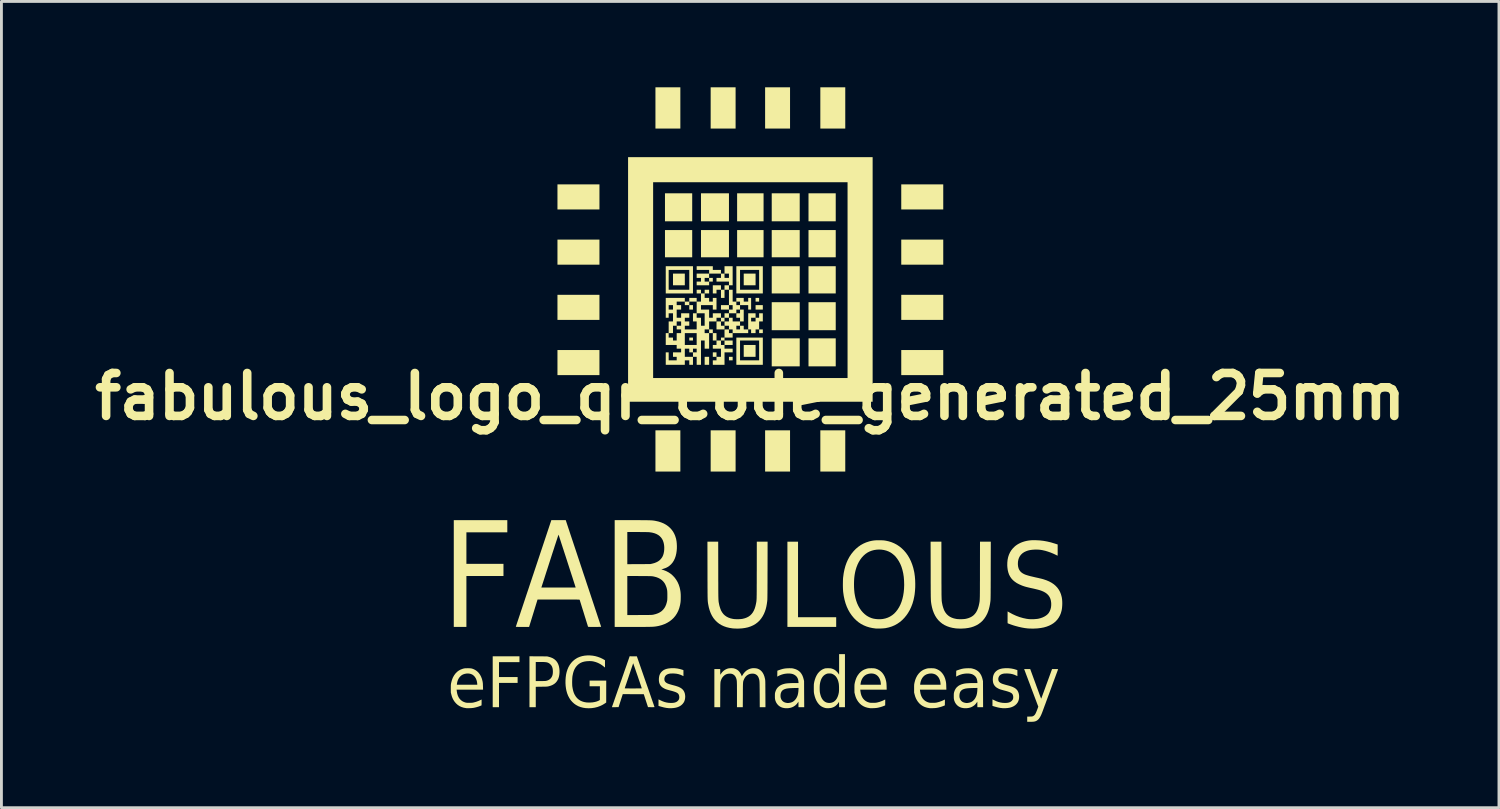
<source format=kicad_pcb>
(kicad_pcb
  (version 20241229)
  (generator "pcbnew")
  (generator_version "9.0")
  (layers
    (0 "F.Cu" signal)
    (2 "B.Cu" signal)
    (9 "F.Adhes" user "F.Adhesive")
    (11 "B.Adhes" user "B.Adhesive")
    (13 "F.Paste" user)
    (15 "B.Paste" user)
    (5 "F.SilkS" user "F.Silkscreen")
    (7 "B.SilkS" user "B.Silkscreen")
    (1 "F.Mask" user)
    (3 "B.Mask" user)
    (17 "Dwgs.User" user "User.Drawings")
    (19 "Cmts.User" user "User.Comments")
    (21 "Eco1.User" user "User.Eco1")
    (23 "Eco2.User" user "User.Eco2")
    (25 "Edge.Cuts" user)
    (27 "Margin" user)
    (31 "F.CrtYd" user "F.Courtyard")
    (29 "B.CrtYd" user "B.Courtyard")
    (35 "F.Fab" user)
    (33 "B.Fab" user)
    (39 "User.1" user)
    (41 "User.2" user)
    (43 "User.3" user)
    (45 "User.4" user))
  (footprint "fabulous_logo_qr_code_generated_25mm"
    (layer "F.Cu")
    (at 23.157 10.801)
    (property "Reference" "fabulous_logo_qr_code_generated_25mm" (at 0 0 0) (layer "F.SilkS") (effects (font (size 1.5 1.5) (thickness 0.3))))
    (attr board_only exclude_from_pos_files exclude_from_bom)
    (fp_poly (pts (xy -5.266 -6.972) (xy -5.266 -6.534) (xy -5.999 -6.534) (xy -6.733 -6.534) (xy -6.733 -6.972) (xy -6.733 -7.41) (xy -5.999 -7.41) (xy -5.266 -7.41)) (stroke (width 0) (type solid)) (fill yes) (layer "F.SilkS"))
    (fp_poly (pts (xy -5.266 -5.043) (xy -5.266 -4.605) (xy -5.999 -4.605) (xy -6.733 -4.605) (xy -6.733 -5.043) (xy -6.733 -5.481) (xy -5.999 -5.481) (xy -5.266 -5.481)) (stroke (width 0) (type solid)) (fill yes) (layer "F.SilkS"))
    (fp_poly (pts (xy -5.266 -3.114) (xy -5.266 -2.676) (xy -5.999 -2.676) (xy -6.733 -2.676) (xy -6.733 -3.114) (xy -6.733 -3.552) (xy -5.999 -3.552) (xy -5.266 -3.552)) (stroke (width 0) (type solid)) (fill yes) (layer "F.SilkS"))
    (fp_poly (pts (xy -5.266 -1.185) (xy -5.266 -0.747) (xy -5.999 -0.747) (xy -6.733 -0.747) (xy -6.733 -1.185) (xy -6.733 -1.623) (xy -5.999 -1.623) (xy -5.266 -1.623)) (stroke (width 0) (type solid)) (fill yes) (layer "F.SilkS"))
    (fp_poly (pts (xy -2.44 -10.08) (xy -2.44 -9.36) (xy -2.875 -9.36) (xy -3.31 -9.36) (xy -3.31 -10.08) (xy -3.31 -10.801) (xy -2.875 -10.801) (xy -2.44 -10.801)) (stroke (width 0) (type solid)) (fill yes) (layer "F.SilkS"))
    (fp_poly (pts (xy -2.44 1.902) (xy -2.44 2.622) (xy -2.875 2.622) (xy -3.31 2.622) (xy -3.31 1.902) (xy -3.31 1.182) (xy -2.875 1.182) (xy -2.44 1.182)) (stroke (width 0) (type solid)) (fill yes) (layer "F.SilkS"))
    (fp_poly (pts (xy -2.284 -4.089) (xy -2.284 -3.885) (xy -2.491 -3.885) (xy -2.697 -3.885) (xy -2.697 -4.089) (xy -2.697 -4.293) (xy -2.491 -4.293) (xy -2.284 -4.293)) (stroke (width 0) (type solid)) (fill yes) (layer "F.SilkS"))
    (fp_poly (pts (xy -2.026 -6.609) (xy -2.026 -6.12) (xy -2.501 -6.12) (xy -2.977 -6.12) (xy -2.977 -6.609) (xy -2.977 -7.098) (xy -2.501 -7.098) (xy -2.026 -7.098)) (stroke (width 0) (type solid)) (fill yes) (layer "F.SilkS"))
    (fp_poly (pts (xy -2.026 -5.338) (xy -2.026 -4.863) (xy -2.501 -4.863) (xy -2.977 -4.863) (xy -2.977 -5.338) (xy -2.977 -5.814) (xy -2.501 -5.814) (xy -2.026 -5.814)) (stroke (width 0) (type solid)) (fill yes) (layer "F.SilkS"))
    (fp_poly (pts (xy -1.999 -3.114) (xy -1.999 -3.036) (xy -2.063 -3.036) (xy -2.128 -3.036) (xy -2.128 -3.114) (xy -2.128 -3.192) (xy -2.063 -3.192) (xy -1.999 -3.192)) (stroke (width 0) (type solid)) (fill yes) (layer "F.SilkS"))
    (fp_poly (pts (xy -1.999 -2.007) (xy -1.999 -1.956) (xy -2.063 -1.956) (xy -2.128 -1.956) (xy -2.128 -2.007) (xy -2.128 -2.058) (xy -2.063 -2.058) (xy -1.999 -2.058)) (stroke (width 0) (type solid)) (fill yes) (layer "F.SilkS"))
    (fp_poly (pts (xy -1.435 -1.247) (xy -1.435 -1.107) (xy -1.513 -1.107) (xy -1.591 -1.107) (xy -1.591 -1.247) (xy -1.591 -1.386) (xy -1.513 -1.386) (xy -1.435 -1.386)) (stroke (width 0) (type solid)) (fill yes) (layer "F.SilkS"))
    (fp_poly (pts (xy -0.742 -6.609) (xy -0.742 -6.12) (xy -1.231 -6.12) (xy -1.719 -6.12) (xy -1.719 -6.609) (xy -1.719 -7.098) (xy -1.231 -7.098) (xy -0.742 -7.098)) (stroke (width 0) (type solid)) (fill yes) (layer "F.SilkS"))
    (fp_poly (pts (xy -0.742 -5.338) (xy -0.742 -4.863) (xy -1.231 -4.863) (xy -1.719 -4.863) (xy -1.719 -5.338) (xy -1.719 -5.814) (xy -1.231 -5.814) (xy -0.742 -5.814)) (stroke (width 0) (type solid)) (fill yes) (layer "F.SilkS"))
    (fp_poly (pts (xy -0.613 -1.325) (xy -0.613 -1.263) (xy -0.677 -1.263) (xy -0.742 -1.263) (xy -0.742 -1.325) (xy -0.742 -1.386) (xy -0.677 -1.386) (xy -0.613 -1.386)) (stroke (width 0) (type solid)) (fill yes) (layer "F.SilkS"))
    (fp_poly (pts (xy -0.51 -10.08) (xy -0.51 -9.36) (xy -0.946 -9.36) (xy -1.381 -9.36) (xy -1.381 -10.08) (xy -1.381 -10.801) (xy -0.946 -10.801) (xy -0.51 -10.801)) (stroke (width 0) (type solid)) (fill yes) (layer "F.SilkS"))
    (fp_poly (pts (xy -0.51 1.902) (xy -0.51 2.622) (xy -0.946 2.622) (xy -1.381 2.622) (xy -1.381 1.902) (xy -1.381 1.182) (xy -0.946 1.182) (xy -0.51 1.182)) (stroke (width 0) (type solid)) (fill yes) (layer "F.SilkS"))
    (fp_poly (pts (xy 0.188 -4.089) (xy 0.188 -3.885) (xy -0.019 -3.885) (xy -0.226 -3.885) (xy -0.226 -4.089) (xy -0.226 -4.293) (xy -0.019 -4.293) (xy 0.188 -4.293)) (stroke (width 0) (type solid)) (fill yes) (layer "F.SilkS"))
    (fp_poly (pts (xy 0.188 -1.593) (xy 0.188 -1.386) (xy -0.019 -1.386) (xy -0.226 -1.386) (xy -0.226 -1.593) (xy -0.226 -1.8) (xy -0.019 -1.8) (xy 0.188 -1.8)) (stroke (width 0) (type solid)) (fill yes) (layer "F.SilkS"))
    (fp_poly (pts (xy 0.312 -3.38) (xy 0.312 -3.315) (xy 0.25 -3.315) (xy 0.188 -3.315) (xy 0.188 -3.38) (xy 0.188 -3.444) (xy 0.25 -3.444) (xy 0.312 -3.444)) (stroke (width 0) (type solid)) (fill yes) (layer "F.SilkS"))
    (fp_poly (pts (xy 0.441 -3.114) (xy 0.441 -3.036) (xy 0.314 -3.036) (xy 0.188 -3.036) (xy 0.188 -3.114) (xy 0.188 -3.192) (xy 0.314 -3.192) (xy 0.441 -3.192)) (stroke (width 0) (type solid)) (fill yes) (layer "F.SilkS"))
    (fp_poly (pts (xy 0.441 -2.278) (xy 0.441 -2.214) (xy 0.376 -2.214) (xy 0.312 -2.214) (xy 0.312 -2.278) (xy 0.312 -2.343) (xy 0.376 -2.343) (xy 0.441 -2.343)) (stroke (width 0) (type solid)) (fill yes) (layer "F.SilkS"))
    (fp_poly (pts (xy 0.467 -6.609) (xy 0.467 -6.12) (xy 0.005 -6.12) (xy -0.457 -6.12) (xy -0.457 -6.609) (xy -0.457 -7.098) (xy 0.005 -7.098) (xy 0.467 -7.098)) (stroke (width 0) (type solid)) (fill yes) (layer "F.SilkS"))
    (fp_poly (pts (xy 0.467 -5.338) (xy 0.467 -4.863) (xy 0.005 -4.863) (xy -0.457 -4.863) (xy -0.457 -5.338) (xy -0.457 -5.814) (xy 0.005 -5.814) (xy 0.467 -5.814)) (stroke (width 0) (type solid)) (fill yes) (layer "F.SilkS"))
    (fp_poly (pts (xy 1.392 -10.08) (xy 1.392 -9.36) (xy 0.956 -9.36) (xy 0.521 -9.36) (xy 0.521 -10.08) (xy 0.521 -10.801) (xy 0.956 -10.801) (xy 1.392 -10.801)) (stroke (width 0) (type solid)) (fill yes) (layer "F.SilkS"))
    (fp_poly (pts (xy 1.392 1.902) (xy 1.392 2.622) (xy 0.956 2.622) (xy 0.521 2.622) (xy 0.521 1.902) (xy 0.521 1.182) (xy 0.956 1.182) (xy 1.392 1.182)) (stroke (width 0) (type solid)) (fill yes) (layer "F.SilkS"))
    (fp_poly (pts (xy 1.73 -6.609) (xy 1.73 -6.12) (xy 1.241 -6.12) (xy 0.752 -6.12) (xy 0.752 -6.609) (xy 0.752 -7.098) (xy 1.241 -7.098) (xy 1.73 -7.098)) (stroke (width 0) (type solid)) (fill yes) (layer "F.SilkS"))
    (fp_poly (pts (xy 1.73 -5.338) (xy 1.73 -4.863) (xy 1.241 -4.863) (xy 0.752 -4.863) (xy 0.752 -5.338) (xy 0.752 -5.814) (xy 1.241 -5.814) (xy 1.73 -5.814)) (stroke (width 0) (type solid)) (fill yes) (layer "F.SilkS"))
    (fp_poly (pts (xy 1.73 -4.076) (xy 1.73 -3.6) (xy 1.241 -3.6) (xy 0.752 -3.6) (xy 0.752 -4.076) (xy 0.752 -4.551) (xy 1.241 -4.551) (xy 1.73 -4.551)) (stroke (width 0) (type solid)) (fill yes) (layer "F.SilkS"))
    (fp_poly (pts (xy 1.73 -2.805) (xy 1.73 -2.316) (xy 1.241 -2.316) (xy 0.752 -2.316) (xy 0.752 -2.805) (xy 0.752 -3.294) (xy 1.241 -3.294) (xy 1.73 -3.294)) (stroke (width 0) (type solid)) (fill yes) (layer "F.SilkS"))
    (fp_poly (pts (xy 1.73 -1.542) (xy 1.73 -1.053) (xy 1.241 -1.053) (xy 0.752 -1.053) (xy 0.752 -1.542) (xy 0.752 -2.031) (xy 1.241 -2.031) (xy 1.73 -2.031)) (stroke (width 0) (type solid)) (fill yes) (layer "F.SilkS"))
    (fp_poly (pts (xy 2.988 -6.609) (xy 2.988 -6.12) (xy 2.512 -6.12) (xy 2.037 -6.12) (xy 2.037 -6.609) (xy 2.037 -7.098) (xy 2.512 -7.098) (xy 2.988 -7.098)) (stroke (width 0) (type solid)) (fill yes) (layer "F.SilkS"))
    (fp_poly (pts (xy 2.988 -5.338) (xy 2.988 -4.863) (xy 2.512 -4.863) (xy 2.037 -4.863) (xy 2.037 -5.338) (xy 2.037 -5.814) (xy 2.512 -5.814) (xy 2.988 -5.814)) (stroke (width 0) (type solid)) (fill yes) (layer "F.SilkS"))
    (fp_poly (pts (xy 2.988 -4.076) (xy 2.988 -3.6) (xy 2.512 -3.6) (xy 2.037 -3.6) (xy 2.037 -4.076) (xy 2.037 -4.551) (xy 2.512 -4.551) (xy 2.988 -4.551)) (stroke (width 0) (type solid)) (fill yes) (layer "F.SilkS"))
    (fp_poly (pts (xy 2.988 -2.805) (xy 2.988 -2.316) (xy 2.512 -2.316) (xy 2.037 -2.316) (xy 2.037 -2.805) (xy 2.037 -3.294) (xy 2.512 -3.294) (xy 2.988 -3.294)) (stroke (width 0) (type solid)) (fill yes) (layer "F.SilkS"))
    (fp_poly (pts (xy 2.988 -1.542) (xy 2.988 -1.053) (xy 2.512 -1.053) (xy 2.037 -1.053) (xy 2.037 -1.542) (xy 2.037 -2.031) (xy 2.512 -2.031) (xy 2.988 -2.031)) (stroke (width 0) (type solid)) (fill yes) (layer "F.SilkS"))
    (fp_poly (pts (xy 3.321 -10.08) (xy 3.321 -9.36) (xy 2.886 -9.36) (xy 2.45 -9.36) (xy 2.45 -10.08) (xy 2.45 -10.801) (xy 2.886 -10.801) (xy 3.321 -10.801)) (stroke (width 0) (type solid)) (fill yes) (layer "F.SilkS"))
    (fp_poly (pts (xy 3.321 1.902) (xy 3.321 2.622) (xy 2.886 2.622) (xy 2.45 2.622) (xy 2.45 1.902) (xy 2.45 1.182) (xy 2.886 1.182) (xy 3.321 1.182)) (stroke (width 0) (type solid)) (fill yes) (layer "F.SilkS"))
    (fp_poly (pts (xy 6.744 -6.972) (xy 6.744 -6.534) (xy 6.01 -6.534) (xy 5.277 -6.534) (xy 5.277 -6.972) (xy 5.277 -7.41) (xy 6.01 -7.41) (xy 6.744 -7.41)) (stroke (width 0) (type solid)) (fill yes) (layer "F.SilkS"))
    (fp_poly (pts (xy 6.744 -5.043) (xy 6.744 -4.605) (xy 6.01 -4.605) (xy 5.277 -4.605) (xy 5.277 -5.043) (xy 5.277 -5.481) (xy 6.01 -5.481) (xy 6.744 -5.481)) (stroke (width 0) (type solid)) (fill yes) (layer "F.SilkS"))
    (fp_poly (pts (xy 6.744 -3.114) (xy 6.744 -2.676) (xy 6.01 -2.676) (xy 5.277 -2.676) (xy 5.277 -3.114) (xy 5.277 -3.552) (xy 6.01 -3.552) (xy 6.744 -3.552)) (stroke (width 0) (type solid)) (fill yes) (layer "F.SilkS"))
    (fp_poly (pts (xy 6.744 -1.185) (xy 6.744 -0.747) (xy 6.01 -0.747) (xy 5.277 -0.747) (xy 5.277 -1.185) (xy 5.277 -1.623) (xy 6.01 -1.623) (xy 6.744 -1.623)) (stroke (width 0) (type solid)) (fill yes) (layer "F.SilkS"))
    (fp_poly (pts (xy -1.021 -2.547) (xy -1.021 -2.472) (xy -0.959 -2.472) (xy -0.897 -2.472) (xy -0.897 -2.407) (xy -0.897 -2.343) (xy -1.037 -2.343) (xy -1.177 -2.343) (xy -1.177 -2.483) (xy -1.177 -2.622) (xy -1.099 -2.622) (xy -1.021 -2.622)) (stroke (width 0) (type solid)) (fill yes) (layer "F.SilkS"))
    (fp_poly (pts (xy 1.671 6.392) (xy 1.671 7.711) (xy 2.337 7.711) (xy 3.004 7.711) (xy 3.004 7.88) (xy 3.004 8.049) (xy 2.152 8.049) (xy 1.3 8.049) (xy 1.3 6.561) (xy 1.3 5.072) (xy 1.486 5.072) (xy 1.671 5.072)) (stroke (width 0) (type solid)) (fill yes) (layer "F.SilkS"))
    (fp_poly (pts (xy -1.999 -4.076) (xy -1.999 -3.6) (xy -2.474 -3.6) (xy -2.95 -3.6) (xy -2.95 -4.076) (xy -2.848 -4.076) (xy -2.848 -3.729) (xy -2.488 -3.729) (xy -2.128 -3.729) (xy -2.128 -4.076) (xy -2.128 -4.422) (xy -2.488 -4.422) (xy -2.848 -4.422) (xy -2.848 -4.076) (xy -2.95 -4.076) (xy -2.95 -4.551) (xy -2.474 -4.551) (xy -1.999 -4.551)) (stroke (width 0) (type solid)) (fill yes) (layer "F.SilkS"))
    (fp_poly (pts (xy 0.441 -4.076) (xy 0.441 -3.6) (xy -0.021 -3.6) (xy -0.484 -3.6) (xy -0.484 -4.076) (xy -0.355 -4.076) (xy -0.355 -3.729) (xy -0.021 -3.729) (xy 0.312 -3.729) (xy 0.312 -4.076) (xy 0.312 -4.422) (xy -0.021 -4.422) (xy -0.355 -4.422) (xy -0.355 -4.076) (xy -0.484 -4.076) (xy -0.484 -4.551) (xy -0.021 -4.551) (xy 0.441 -4.551)) (stroke (width 0) (type solid)) (fill yes) (layer "F.SilkS"))
    (fp_poly (pts (xy 0.441 -1.582) (xy 0.441 -1.107) (xy -0.021 -1.107) (xy -0.484 -1.107) (xy -0.484 -1.582) (xy -0.484 -1.609) (xy -0.355 -1.609) (xy -0.355 -1.263) (xy -0.021 -1.263) (xy 0.312 -1.263) (xy 0.312 -1.609) (xy 0.312 -1.956) (xy -0.021 -1.956) (xy -0.355 -1.956) (xy -0.355 -1.609) (xy -0.484 -1.609) (xy -0.484 -2.058) (xy -0.021 -2.058) (xy 0.441 -2.058)) (stroke (width 0) (type solid)) (fill yes) (layer "F.SilkS"))
    (fp_poly (pts (xy 4.277 -4.089) (xy 4.277 0.183) (xy 0.005 0.183) (xy -4.266 0.183) (xy -4.266 -4.065) (xy -3.391 -4.065) (xy -3.391 -0.645) (xy 0.005 -0.645) (xy 3.401 -0.645) (xy 3.401 -4.065) (xy 3.401 -7.485) (xy 0.005 -7.485) (xy -3.391 -7.485) (xy -3.391 -4.065) (xy -4.266 -4.065) (xy -4.266 -4.089) (xy -4.266 -8.361) (xy 0.005 -8.361) (xy 4.277 -8.361)) (stroke (width 0) (type solid)) (fill yes) (layer "F.SilkS"))
    (fp_poly (pts (xy -8.485 4.532) (xy -8.485 4.745) (xy -9.199 4.745) (xy -9.914 4.745) (xy -9.914 5.295) (xy -9.914 5.846) (xy -9.266 5.846) (xy -8.619 5.846) (xy -8.619 6.058) (xy -8.619 6.271) (xy -9.266 6.271) (xy -9.914 6.271) (xy -9.914 7.16) (xy -9.914 8.049) (xy -10.134 8.049) (xy -10.355 8.049) (xy -10.355 6.185) (xy -10.355 4.32) (xy -9.42 4.32) (xy -8.485 4.32)) (stroke (width 0) (type solid)) (fill yes) (layer "F.SilkS"))
    (fp_poly (pts (xy -8.06 9.178) (xy -8.06 9.28) (xy -8.417 9.28) (xy -8.775 9.28) (xy -8.775 9.54) (xy -8.775 9.801) (xy -8.45 9.801) (xy -8.125 9.801) (xy -8.125 9.903) (xy -8.125 10.005) (xy -8.45 10.005) (xy -8.775 10.005) (xy -8.775 10.43) (xy -8.775 10.854) (xy -8.885 10.854) (xy -8.995 10.854) (xy -8.995 9.965) (xy -8.995 9.076) (xy -8.528 9.076) (xy -8.06 9.076)) (stroke (width 0) (type solid)) (fill yes) (layer "F.SilkS"))
    (fp_poly (pts (xy -7.403 9.077) (xy -7.096 9.079) (xy -7.034 9.094) (xy -6.961 9.116) (xy -6.896 9.144) (xy -6.84 9.18) (xy -6.791 9.223) (xy -6.749 9.273) (xy -6.718 9.327) (xy -6.694 9.383) (xy -6.677 9.446) (xy -6.666 9.514) (xy -6.661 9.584) (xy -6.662 9.655) (xy -6.669 9.725) (xy -6.682 9.791) (xy -6.701 9.852) (xy -6.717 9.887) (xy -6.751 9.945) (xy -6.791 9.994) (xy -6.839 10.036) (xy -6.895 10.071) (xy -6.958 10.099) (xy -7.03 10.121) (xy -7.031 10.121) (xy -7.047 10.125) (xy -7.061 10.128) (xy -7.075 10.13) (xy -7.09 10.132) (xy -7.108 10.134) (xy -7.13 10.135) (xy -7.156 10.136) (xy -7.19 10.137) (xy -7.231 10.137) (xy -7.281 10.138) (xy -7.29 10.138) (xy -7.491 10.141) (xy -7.491 10.498) (xy -7.491 10.854) (xy -7.601 10.854) (xy -7.711 10.854) (xy -7.711 9.964) (xy -7.711 9.608) (xy -7.491 9.608) (xy -7.491 9.941) (xy -7.326 9.941) (xy -7.275 9.941) (xy -7.234 9.94) (xy -7.2 9.939) (xy -7.173 9.938) (xy -7.151 9.937) (xy -7.134 9.935) (xy -7.121 9.932) (xy -7.069 9.916) (xy -7.022 9.892) (xy -6.981 9.86) (xy -6.956 9.832) (xy -6.932 9.795) (xy -6.914 9.756) (xy -6.902 9.713) (xy -6.895 9.663) (xy -6.893 9.608) (xy -6.896 9.544) (xy -6.905 9.489) (xy -6.921 9.441) (xy -6.944 9.399) (xy -6.975 9.362) (xy -7.004 9.336) (xy -7.025 9.321) (xy -7.045 9.309) (xy -7.067 9.298) (xy -7.091 9.291) (xy -7.119 9.284) (xy -7.151 9.28) (xy -7.19 9.277) (xy -7.236 9.275) (xy -7.291 9.275) (xy -7.329 9.274) (xy -7.491 9.274) (xy -7.491 9.608) (xy -7.711 9.608) (xy -7.711 9.075)) (stroke (width 0) (type solid)) (fill yes) (layer "F.SilkS"))
    (fp_poly (pts (xy -1.306 -4.487) (xy -1.306 -4.422) (xy -1.163 -4.422) (xy -1.021 -4.422) (xy -1.021 -4.358) (xy -1.021 -4.293) (xy -0.959 -4.293) (xy -0.897 -4.293) (xy -0.897 -4.422) (xy -0.897 -4.551) (xy -0.755 -4.551) (xy -0.613 -4.551) (xy -0.613 -4.218) (xy -0.613 -3.885) (xy -0.677 -3.885) (xy -0.742 -3.885) (xy -0.742 -3.807) (xy -0.742 -3.729) (xy -0.819 -3.729) (xy -0.897 -3.729) (xy -0.897 -3.587) (xy -0.897 -3.444) (xy -0.959 -3.444) (xy -1.021 -3.444) (xy -1.021 -3.587) (xy -1.021 -3.729) (xy -1.099 -3.729) (xy -1.177 -3.729) (xy -1.177 -3.665) (xy -1.177 -3.6) (xy -1.241 -3.6) (xy -1.306 -3.6) (xy -1.306 -3.743) (xy -1.306 -3.885) (xy -1.163 -3.885) (xy -1.021 -3.885) (xy -1.021 -3.807) (xy -1.021 -3.729) (xy -0.959 -3.729) (xy -0.897 -3.729) (xy -0.897 -3.807) (xy -0.897 -3.885) (xy -0.819 -3.885) (xy -0.742 -3.885) (xy -0.742 -3.949) (xy -0.742 -4.014) (xy -0.959 -4.014) (xy -1.177 -4.014) (xy -1.177 -4.078) (xy -1.177 -4.143) (xy -1.099 -4.143) (xy -1.021 -4.143) (xy -1.021 -4.218) (xy -0.897 -4.218) (xy -0.897 -4.143) (xy -0.819 -4.143) (xy -0.742 -4.143) (xy -0.742 -4.218) (xy -0.742 -4.293) (xy -0.819 -4.293) (xy -0.897 -4.293) (xy -0.897 -4.218) (xy -1.021 -4.218) (xy -1.021 -4.293) (xy -1.228 -4.293) (xy -1.435 -4.293) (xy -1.435 -4.218) (xy -1.435 -4.143) (xy -1.513 -4.143) (xy -1.591 -4.143) (xy -1.591 -4.078) (xy -1.591 -4.014) (xy -1.513 -4.014) (xy -1.435 -4.014) (xy -1.435 -4.078) (xy -1.435 -4.143) (xy -1.37 -4.143) (xy -1.306 -4.143) (xy -1.306 -4.078) (xy -1.306 -4.014) (xy -1.37 -4.014) (xy -1.435 -4.014) (xy -1.435 -3.949) (xy -1.435 -3.885) (xy -1.652 -3.885) (xy -1.87 -3.885) (xy -1.87 -3.949) (xy -1.87 -4.014) (xy -1.795 -4.014) (xy -1.719 -4.014) (xy -1.719 -4.078) (xy -1.719 -4.143) (xy -1.795 -4.143) (xy -1.87 -4.143) (xy -1.87 -4.218) (xy -1.87 -4.293) (xy -1.652 -4.293) (xy -1.435 -4.293) (xy -1.435 -4.358) (xy -1.435 -4.422) (xy -1.652 -4.422) (xy -1.87 -4.422) (xy -1.87 -4.487) (xy -1.87 -4.551) (xy -1.588 -4.551) (xy -1.306 -4.551)) (stroke (width 0) (type solid)) (fill yes) (layer "F.SilkS"))
    (fp_poly (pts (xy -5.601 9.045) (xy -5.508 9.053) (xy -5.416 9.069) (xy -5.326 9.094) (xy -5.238 9.126) (xy -5.154 9.166) (xy -5.137 9.176) (xy -5.073 9.213) (xy -5.073 9.341) (xy -5.072 9.469) (xy -5.093 9.452) (xy -5.157 9.401) (xy -5.219 9.359) (xy -5.28 9.325) (xy -5.341 9.297) (xy -5.405 9.274) (xy -5.414 9.272) (xy -5.462 9.259) (xy -5.507 9.25) (xy -5.552 9.245) (xy -5.601 9.243) (xy -5.653 9.244) (xy -5.732 9.25) (xy -5.803 9.262) (xy -5.868 9.281) (xy -5.926 9.306) (xy -5.98 9.34) (xy -6.024 9.376) (xy -6.067 9.421) (xy -6.105 9.471) (xy -6.137 9.526) (xy -6.164 9.589) (xy -6.186 9.66) (xy -6.203 9.739) (xy -6.21 9.777) (xy -6.213 9.807) (xy -6.216 9.845) (xy -6.218 9.889) (xy -6.219 9.936) (xy -6.22 9.985) (xy -6.219 10.032) (xy -6.218 10.075) (xy -6.216 10.113) (xy -6.212 10.142) (xy -6.212 10.142) (xy -6.199 10.218) (xy -6.183 10.285) (xy -6.164 10.345) (xy -6.141 10.399) (xy -6.133 10.414) (xy -6.094 10.479) (xy -6.049 10.535) (xy -5.997 10.582) (xy -5.939 10.621) (xy -5.874 10.651) (xy -5.803 10.673) (xy -5.725 10.687) (xy -5.64 10.692) (xy -5.589 10.691) (xy -5.504 10.685) (xy -5.428 10.672) (xy -5.36 10.654) (xy -5.301 10.63) (xy -5.285 10.621) (xy -5.252 10.603) (xy -5.251 10.363) (xy -5.25 10.123) (xy -5.43 10.123) (xy -5.61 10.123) (xy -5.61 10.024) (xy -5.61 9.925) (xy -5.32 9.925) (xy -5.029 9.925) (xy -5.03 10.307) (xy -5.03 10.69) (xy -5.06 10.712) (xy -5.147 10.766) (xy -5.239 10.811) (xy -5.334 10.846) (xy -5.433 10.871) (xy -5.535 10.886) (xy -5.64 10.891) (xy -5.747 10.886) (xy -5.839 10.872) (xy -5.926 10.849) (xy -6.008 10.818) (xy -6.083 10.777) (xy -6.152 10.728) (xy -6.214 10.671) (xy -6.27 10.607) (xy -6.319 10.534) (xy -6.361 10.454) (xy -6.395 10.367) (xy -6.421 10.273) (xy -6.434 10.207) (xy -6.447 10.11) (xy -6.453 10.01) (xy -6.452 9.909) (xy -6.445 9.809) (xy -6.432 9.714) (xy -6.413 9.629) (xy -6.384 9.538) (xy -6.348 9.453) (xy -6.304 9.376) (xy -6.252 9.305) (xy -6.194 9.243) (xy -6.129 9.188) (xy -6.057 9.142) (xy -6.03 9.127) (xy -5.952 9.094) (xy -5.87 9.069) (xy -5.783 9.053) (xy -5.693 9.045)) (stroke (width 0) (type solid)) (fill yes) (layer "F.SilkS"))
    (fp_poly (pts (xy 9.973 10.043) (xy 10.003 10.127) (xy 10.031 10.202) (xy 10.055 10.267) (xy 10.076 10.325) (xy 10.094 10.374) (xy 10.109 10.416) (xy 10.123 10.451) (xy 10.134 10.48) (xy 10.143 10.503) (xy 10.15 10.521) (xy 10.156 10.534) (xy 10.16 10.543) (xy 10.164 10.549) (xy 10.166 10.551) (xy 10.168 10.551) (xy 10.169 10.55) (xy 10.169 10.55) (xy 10.172 10.542) (xy 10.178 10.526) (xy 10.187 10.501) (xy 10.199 10.468) (xy 10.214 10.427) (xy 10.231 10.38) (xy 10.251 10.327) (xy 10.272 10.269) (xy 10.295 10.207) (xy 10.319 10.14) (xy 10.344 10.071) (xy 10.36 10.028) (xy 10.545 9.522) (xy 10.652 9.522) (xy 10.688 9.522) (xy 10.715 9.522) (xy 10.734 9.523) (xy 10.746 9.524) (xy 10.753 9.525) (xy 10.755 9.527) (xy 10.755 9.53) (xy 10.755 9.531) (xy 10.753 9.537) (xy 10.747 9.553) (xy 10.738 9.577) (xy 10.726 9.61) (xy 10.711 9.651) (xy 10.693 9.699) (xy 10.673 9.753) (xy 10.651 9.814) (xy 10.626 9.88) (xy 10.6 9.951) (xy 10.572 10.027) (xy 10.543 10.106) (xy 10.513 10.189) (xy 10.483 10.269) (xy 10.452 10.354) (xy 10.421 10.438) (xy 10.391 10.519) (xy 10.363 10.596) (xy 10.336 10.669) (xy 10.311 10.738) (xy 10.287 10.801) (xy 10.266 10.859) (xy 10.247 10.91) (xy 10.231 10.954) (xy 10.218 10.99) (xy 10.207 11.018) (xy 10.2 11.036) (xy 10.197 11.045) (xy 10.169 11.113) (xy 10.141 11.171) (xy 10.113 11.219) (xy 10.084 11.26) (xy 10.053 11.292) (xy 10.021 11.317) (xy 10.001 11.329) (xy 9.976 11.341) (xy 9.95 11.35) (xy 9.922 11.356) (xy 9.889 11.361) (xy 9.849 11.363) (xy 9.802 11.365) (xy 9.78 11.365) (xy 9.677 11.365) (xy 9.677 11.274) (xy 9.677 11.183) (xy 9.765 11.181) (xy 9.798 11.18) (xy 9.823 11.179) (xy 9.841 11.178) (xy 9.855 11.175) (xy 9.866 11.172) (xy 9.878 11.167) (xy 9.882 11.165) (xy 9.902 11.154) (xy 9.921 11.139) (xy 9.939 11.121) (xy 9.956 11.097) (xy 9.973 11.066) (xy 9.99 11.029) (xy 10.009 10.983) (xy 10.03 10.928) (xy 10.032 10.924) (xy 10.064 10.835) (xy 9.824 10.199) (xy 9.795 10.119) (xy 9.766 10.042) (xy 9.738 9.968) (xy 9.711 9.898) (xy 9.687 9.833) (xy 9.664 9.772) (xy 9.643 9.717) (xy 9.625 9.669) (xy 9.61 9.627) (xy 9.597 9.593) (xy 9.587 9.567) (xy 9.581 9.55) (xy 9.578 9.542) (xy 9.578 9.542) (xy 9.57 9.522) (xy 9.676 9.522) (xy 9.782 9.522)) (stroke (width 0) (type solid)) (fill yes) (layer "F.SilkS"))
    (fp_poly (pts (xy -2.643 9.492) (xy -2.548 9.502) (xy -2.458 9.52) (xy -2.373 9.545) (xy -2.37 9.546) (xy -2.332 9.561) (xy -2.332 9.665) (xy -2.332 9.769) (xy -2.374 9.748) (xy -2.44 9.719) (xy -2.508 9.698) (xy -2.579 9.684) (xy -2.656 9.677) (xy -2.705 9.676) (xy -2.755 9.677) (xy -2.796 9.679) (xy -2.83 9.685) (xy -2.861 9.693) (xy -2.891 9.705) (xy -2.906 9.712) (xy -2.939 9.734) (xy -2.966 9.765) (xy -2.985 9.801) (xy -2.996 9.841) (xy -2.998 9.869) (xy -2.996 9.904) (xy -2.989 9.931) (xy -2.976 9.956) (xy -2.963 9.973) (xy -2.947 9.988) (xy -2.928 10.002) (xy -2.905 10.016) (xy -2.877 10.029) (xy -2.842 10.042) (xy -2.801 10.055) (xy -2.75 10.07) (xy -2.691 10.086) (xy -2.689 10.086) (xy -2.622 10.104) (xy -2.564 10.122) (xy -2.514 10.139) (xy -2.472 10.158) (xy -2.435 10.177) (xy -2.403 10.198) (xy -2.374 10.222) (xy -2.355 10.241) (xy -2.325 10.279) (xy -2.301 10.325) (xy -2.284 10.375) (xy -2.274 10.429) (xy -2.27 10.485) (xy -2.274 10.542) (xy -2.284 10.596) (xy -2.301 10.648) (xy -2.324 10.691) (xy -2.362 10.741) (xy -2.408 10.784) (xy -2.461 10.82) (xy -2.522 10.848) (xy -2.591 10.869) (xy -2.666 10.882) (xy -2.74 10.888) (xy -2.771 10.889) (xy -2.8 10.889) (xy -2.825 10.889) (xy -2.842 10.889) (xy -2.845 10.888) (xy -2.927 10.879) (xy -3.014 10.862) (xy -3.108 10.837) (xy -3.137 10.829) (xy -3.203 10.809) (xy -3.203 10.694) (xy -3.203 10.58) (xy -3.142 10.61) (xy -3.064 10.646) (xy -2.99 10.673) (xy -2.917 10.691) (xy -2.843 10.702) (xy -2.773 10.705) (xy -2.721 10.704) (xy -2.677 10.7) (xy -2.639 10.693) (xy -2.606 10.682) (xy -2.58 10.671) (xy -2.548 10.65) (xy -2.52 10.624) (xy -2.498 10.595) (xy -2.487 10.571) (xy -2.479 10.537) (xy -2.477 10.5) (xy -2.481 10.462) (xy -2.489 10.432) (xy -2.498 10.41) (xy -2.51 10.391) (xy -2.525 10.374) (xy -2.545 10.358) (xy -2.57 10.344) (xy -2.601 10.329) (xy -2.639 10.315) (xy -2.685 10.3) (xy -2.74 10.284) (xy -2.788 10.272) (xy -2.832 10.26) (xy -2.868 10.25) (xy -2.896 10.242) (xy -2.919 10.235) (xy -2.938 10.229) (xy -2.956 10.222) (xy -2.972 10.215) (xy -2.991 10.206) (xy -3.003 10.2) (xy -3.056 10.17) (xy -3.1 10.134) (xy -3.135 10.093) (xy -3.161 10.047) (xy -3.179 9.994) (xy -3.189 9.935) (xy -3.19 9.869) (xy -3.19 9.86) (xy -3.183 9.796) (xy -3.17 9.74) (xy -3.149 9.689) (xy -3.12 9.645) (xy -3.098 9.619) (xy -3.059 9.583) (xy -3.015 9.553) (xy -2.965 9.53) (xy -2.91 9.512) (xy -2.847 9.5) (xy -2.776 9.493) (xy -2.74 9.491)) (stroke (width 0) (type solid)) (fill yes) (layer "F.SilkS"))
    (fp_poly (pts (xy 9.023 9.492) (xy 9.117 9.502) (xy 9.208 9.52) (xy 9.293 9.545) (xy 9.296 9.546) (xy 9.334 9.561) (xy 9.334 9.665) (xy 9.334 9.769) (xy 9.292 9.748) (xy 9.225 9.719) (xy 9.158 9.698) (xy 9.086 9.684) (xy 9.01 9.677) (xy 8.96 9.676) (xy 8.911 9.677) (xy 8.87 9.679) (xy 8.835 9.685) (xy 8.804 9.693) (xy 8.775 9.705) (xy 8.76 9.712) (xy 8.727 9.734) (xy 8.7 9.765) (xy 8.68 9.801) (xy 8.669 9.841) (xy 8.667 9.869) (xy 8.669 9.904) (xy 8.676 9.931) (xy 8.689 9.956) (xy 8.703 9.973) (xy 8.719 9.988) (xy 8.738 10.002) (xy 8.761 10.016) (xy 8.789 10.029) (xy 8.823 10.042) (xy 8.865 10.055) (xy 8.915 10.07) (xy 8.975 10.086) (xy 8.976 10.086) (xy 9.044 10.104) (xy 9.101 10.122) (xy 9.151 10.139) (xy 9.194 10.158) (xy 9.23 10.177) (xy 9.263 10.198) (xy 9.291 10.222) (xy 9.311 10.241) (xy 9.341 10.279) (xy 9.364 10.325) (xy 9.381 10.375) (xy 9.392 10.429) (xy 9.395 10.485) (xy 9.392 10.542) (xy 9.382 10.596) (xy 9.364 10.648) (xy 9.342 10.691) (xy 9.304 10.741) (xy 9.258 10.784) (xy 9.204 10.82) (xy 9.143 10.848) (xy 9.075 10.869) (xy 8.999 10.882) (xy 8.925 10.888) (xy 8.895 10.889) (xy 8.866 10.889) (xy 8.841 10.889) (xy 8.823 10.889) (xy 8.82 10.888) (xy 8.739 10.879) (xy 8.651 10.862) (xy 8.557 10.837) (xy 8.529 10.829) (xy 8.463 10.809) (xy 8.463 10.694) (xy 8.463 10.58) (xy 8.524 10.61) (xy 8.601 10.646) (xy 8.676 10.673) (xy 8.749 10.691) (xy 8.823 10.702) (xy 8.893 10.705) (xy 8.945 10.704) (xy 8.989 10.7) (xy 9.026 10.693) (xy 9.06 10.682) (xy 9.085 10.671) (xy 9.117 10.65) (xy 9.145 10.624) (xy 9.167 10.595) (xy 9.179 10.571) (xy 9.187 10.537) (xy 9.189 10.5) (xy 9.185 10.462) (xy 9.177 10.432) (xy 9.168 10.41) (xy 9.156 10.391) (xy 9.14 10.374) (xy 9.121 10.358) (xy 9.096 10.344) (xy 9.065 10.329) (xy 9.027 10.315) (xy 8.981 10.3) (xy 8.926 10.284) (xy 8.878 10.272) (xy 8.833 10.26) (xy 8.798 10.25) (xy 8.77 10.242) (xy 8.747 10.235) (xy 8.727 10.229) (xy 8.71 10.222) (xy 8.693 10.215) (xy 8.675 10.206) (xy 8.663 10.2) (xy 8.61 10.17) (xy 8.566 10.134) (xy 8.531 10.093) (xy 8.504 10.047) (xy 8.486 9.994) (xy 8.477 9.935) (xy 8.475 9.869) (xy 8.476 9.86) (xy 8.482 9.796) (xy 8.496 9.74) (xy 8.517 9.689) (xy 8.545 9.645) (xy 8.567 9.619) (xy 8.607 9.583) (xy 8.651 9.553) (xy 8.7 9.53) (xy 8.756 9.512) (xy 8.818 9.5) (xy 8.89 9.493) (xy 8.925 9.491)) (stroke (width 0) (type solid)) (fill yes) (layer "F.SilkS"))
    (fp_poly (pts (xy -9.823 9.493) (xy -9.782 9.495) (xy -9.748 9.499) (xy -9.716 9.506) (xy -9.685 9.517) (xy -9.652 9.53) (xy -9.642 9.535) (xy -9.582 9.568) (xy -9.528 9.611) (xy -9.479 9.662) (xy -9.437 9.721) (xy -9.402 9.787) (xy -9.373 9.861) (xy -9.352 9.941) (xy -9.347 9.967) (xy -9.343 9.992) (xy -9.34 10.017) (xy -9.338 10.046) (xy -9.337 10.081) (xy -9.335 10.124) (xy -9.335 10.125) (xy -9.332 10.242) (xy -9.794 10.242) (xy -10.256 10.242) (xy -10.249 10.299) (xy -10.236 10.375) (xy -10.215 10.445) (xy -10.187 10.506) (xy -10.152 10.559) (xy -10.109 10.604) (xy -10.06 10.642) (xy -10.003 10.671) (xy -9.954 10.688) (xy -9.937 10.693) (xy -9.922 10.696) (xy -9.905 10.698) (xy -9.884 10.7) (xy -9.858 10.7) (xy -9.824 10.701) (xy -9.812 10.701) (xy -9.773 10.7) (xy -9.743 10.7) (xy -9.718 10.698) (xy -9.696 10.696) (xy -9.674 10.692) (xy -9.656 10.688) (xy -9.574 10.666) (xy -9.493 10.636) (xy -9.44 10.612) (xy -9.418 10.601) (xy -9.401 10.593) (xy -9.389 10.587) (xy -9.385 10.586) (xy -9.384 10.591) (xy -9.383 10.605) (xy -9.383 10.627) (xy -9.383 10.654) (xy -9.383 10.686) (xy -9.383 10.688) (xy -9.385 10.79) (xy -9.435 10.811) (xy -9.49 10.832) (xy -9.553 10.851) (xy -9.617 10.867) (xy -9.661 10.876) (xy -9.697 10.881) (xy -9.739 10.885) (xy -9.785 10.887) (xy -9.83 10.889) (xy -9.872 10.889) (xy -9.909 10.888) (xy -9.927 10.886) (xy -10.009 10.871) (xy -10.084 10.848) (xy -10.153 10.816) (xy -10.216 10.775) (xy -10.272 10.725) (xy -10.323 10.667) (xy -10.325 10.664) (xy -10.362 10.609) (xy -10.392 10.553) (xy -10.417 10.493) (xy -10.437 10.425) (xy -10.439 10.416) (xy -10.458 10.341) (xy -10.459 10.201) (xy -10.459 10.159) (xy -10.458 10.125) (xy -10.458 10.098) (xy -10.457 10.077) (xy -10.456 10.07) (xy -10.248 10.07) (xy -9.891 10.07) (xy -9.534 10.07) (xy -9.536 10.031) (xy -9.545 9.965) (xy -9.561 9.904) (xy -9.585 9.848) (xy -9.616 9.798) (xy -9.653 9.756) (xy -9.697 9.722) (xy -9.71 9.714) (xy -9.755 9.694) (xy -9.805 9.681) (xy -9.859 9.676) (xy -9.915 9.679) (xy -9.97 9.689) (xy -10.022 9.706) (xy -10.045 9.716) (xy -10.093 9.746) (xy -10.136 9.786) (xy -10.173 9.832) (xy -10.203 9.886) (xy -10.226 9.946) (xy -10.241 10.012) (xy -10.244 10.036) (xy -10.248 10.07) (xy -10.456 10.07) (xy -10.455 10.058) (xy -10.453 10.041) (xy -10.45 10.023) (xy -10.445 10.002) (xy -10.442 9.985) (xy -10.419 9.903) (xy -10.391 9.828) (xy -10.355 9.761) (xy -10.338 9.734) (xy -10.292 9.672) (xy -10.241 9.62) (xy -10.184 9.577) (xy -10.122 9.542) (xy -10.053 9.516) (xy -10.024 9.507) (xy -10.004 9.502) (xy -9.986 9.498) (xy -9.968 9.496) (xy -9.948 9.494) (xy -9.923 9.493) (xy -9.891 9.493) (xy -9.871 9.492)) (stroke (width 0) (type solid)) (fill yes) (layer "F.SilkS"))
    (fp_poly (pts (xy 4.277 9.493) (xy 4.317 9.495) (xy 4.352 9.499) (xy 4.384 9.506) (xy 4.415 9.517) (xy 4.448 9.53) (xy 4.458 9.535) (xy 4.518 9.568) (xy 4.572 9.611) (xy 4.621 9.662) (xy 4.663 9.721) (xy 4.698 9.787) (xy 4.726 9.861) (xy 4.747 9.941) (xy 4.752 9.967) (xy 4.756 9.992) (xy 4.759 10.017) (xy 4.761 10.046) (xy 4.763 10.081) (xy 4.765 10.124) (xy 4.765 10.125) (xy 4.768 10.242) (xy 4.306 10.242) (xy 3.844 10.242) (xy 3.851 10.299) (xy 3.864 10.375) (xy 3.885 10.445) (xy 3.913 10.506) (xy 3.948 10.559) (xy 3.99 10.604) (xy 4.04 10.642) (xy 4.097 10.671) (xy 4.146 10.688) (xy 4.162 10.693) (xy 4.178 10.696) (xy 4.195 10.698) (xy 4.216 10.7) (xy 4.242 10.7) (xy 4.276 10.701) (xy 4.288 10.701) (xy 4.327 10.7) (xy 4.357 10.7) (xy 4.382 10.698) (xy 4.404 10.696) (xy 4.425 10.692) (xy 4.444 10.688) (xy 4.526 10.666) (xy 4.607 10.636) (xy 4.66 10.612) (xy 4.681 10.601) (xy 4.699 10.593) (xy 4.711 10.587) (xy 4.715 10.586) (xy 4.716 10.591) (xy 4.717 10.605) (xy 4.717 10.627) (xy 4.717 10.654) (xy 4.717 10.686) (xy 4.717 10.688) (xy 4.715 10.79) (xy 4.665 10.811) (xy 4.609 10.832) (xy 4.547 10.851) (xy 4.483 10.867) (xy 4.439 10.876) (xy 4.403 10.881) (xy 4.36 10.885) (xy 4.315 10.887) (xy 4.27 10.889) (xy 4.227 10.889) (xy 4.191 10.888) (xy 4.172 10.886) (xy 4.091 10.871) (xy 4.016 10.848) (xy 3.947 10.816) (xy 3.884 10.775) (xy 3.827 10.725) (xy 3.777 10.667) (xy 3.775 10.664) (xy 3.738 10.609) (xy 3.708 10.553) (xy 3.683 10.493) (xy 3.663 10.425) (xy 3.661 10.416) (xy 3.642 10.341) (xy 3.641 10.201) (xy 3.641 10.159) (xy 3.641 10.125) (xy 3.642 10.098) (xy 3.643 10.077) (xy 3.643 10.07) (xy 3.852 10.07) (xy 4.209 10.07) (xy 4.566 10.07) (xy 4.563 10.031) (xy 4.555 9.965) (xy 4.539 9.904) (xy 4.515 9.848) (xy 4.484 9.798) (xy 4.447 9.756) (xy 4.403 9.722) (xy 4.39 9.714) (xy 4.345 9.694) (xy 4.295 9.681) (xy 4.24 9.676) (xy 4.185 9.679) (xy 4.13 9.689) (xy 4.077 9.706) (xy 4.055 9.716) (xy 4.006 9.746) (xy 3.963 9.786) (xy 3.927 9.832) (xy 3.897 9.886) (xy 3.874 9.946) (xy 3.859 10.012) (xy 3.856 10.036) (xy 3.852 10.07) (xy 3.643 10.07) (xy 3.644 10.058) (xy 3.647 10.041) (xy 3.65 10.023) (xy 3.654 10.002) (xy 3.658 9.985) (xy 3.681 9.903) (xy 3.709 9.828) (xy 3.744 9.761) (xy 3.762 9.734) (xy 3.808 9.672) (xy 3.859 9.62) (xy 3.916 9.577) (xy 3.978 9.542) (xy 4.047 9.516) (xy 4.076 9.507) (xy 4.096 9.502) (xy 4.114 9.498) (xy 4.132 9.496) (xy 4.152 9.494) (xy 4.177 9.493) (xy 4.209 9.493) (xy 4.229 9.492)) (stroke (width 0) (type solid)) (fill yes) (layer "F.SilkS"))
    (fp_poly (pts (xy 6.362 9.493) (xy 6.402 9.495) (xy 6.437 9.499) (xy 6.469 9.506) (xy 6.5 9.517) (xy 6.533 9.53) (xy 6.542 9.535) (xy 6.603 9.568) (xy 6.657 9.611) (xy 6.705 9.662) (xy 6.747 9.721) (xy 6.783 9.787) (xy 6.811 9.861) (xy 6.832 9.941) (xy 6.837 9.967) (xy 6.841 9.992) (xy 6.844 10.017) (xy 6.846 10.046) (xy 6.848 10.081) (xy 6.849 10.124) (xy 6.849 10.125) (xy 6.853 10.242) (xy 6.391 10.242) (xy 5.929 10.242) (xy 5.936 10.299) (xy 5.949 10.375) (xy 5.97 10.445) (xy 5.998 10.506) (xy 6.033 10.559) (xy 6.075 10.604) (xy 6.125 10.642) (xy 6.181 10.671) (xy 6.23 10.688) (xy 6.247 10.693) (xy 6.263 10.696) (xy 6.28 10.698) (xy 6.301 10.7) (xy 6.327 10.7) (xy 6.361 10.701) (xy 6.373 10.701) (xy 6.411 10.7) (xy 6.442 10.7) (xy 6.467 10.698) (xy 6.489 10.696) (xy 6.51 10.692) (xy 6.529 10.688) (xy 6.61 10.666) (xy 6.692 10.636) (xy 6.745 10.612) (xy 6.766 10.601) (xy 6.784 10.593) (xy 6.796 10.587) (xy 6.8 10.586) (xy 6.801 10.591) (xy 6.801 10.605) (xy 6.802 10.627) (xy 6.802 10.654) (xy 6.802 10.686) (xy 6.801 10.688) (xy 6.8 10.79) (xy 6.75 10.811) (xy 6.694 10.832) (xy 6.632 10.851) (xy 6.568 10.867) (xy 6.524 10.876) (xy 6.488 10.881) (xy 6.445 10.885) (xy 6.4 10.887) (xy 6.355 10.889) (xy 6.312 10.889) (xy 6.275 10.888) (xy 6.257 10.886) (xy 6.176 10.871) (xy 6.101 10.848) (xy 6.032 10.816) (xy 5.969 10.775) (xy 5.912 10.725) (xy 5.862 10.667) (xy 5.86 10.664) (xy 5.823 10.609) (xy 5.793 10.553) (xy 5.768 10.493) (xy 5.748 10.425) (xy 5.745 10.416) (xy 5.726 10.341) (xy 5.726 10.201) (xy 5.726 10.159) (xy 5.726 10.125) (xy 5.727 10.098) (xy 5.728 10.077) (xy 5.728 10.07) (xy 5.937 10.07) (xy 6.294 10.07) (xy 6.651 10.07) (xy 6.648 10.031) (xy 6.64 9.965) (xy 6.624 9.904) (xy 6.6 9.848) (xy 6.569 9.798) (xy 6.531 9.756) (xy 6.488 9.722) (xy 6.475 9.714) (xy 6.43 9.694) (xy 6.379 9.681) (xy 6.325 9.676) (xy 6.27 9.679) (xy 6.215 9.689) (xy 6.162 9.706) (xy 6.14 9.716) (xy 6.091 9.746) (xy 6.048 9.786) (xy 6.012 9.832) (xy 5.982 9.886) (xy 5.959 9.946) (xy 5.944 10.012) (xy 5.94 10.036) (xy 5.937 10.07) (xy 5.728 10.07) (xy 5.729 10.058) (xy 5.732 10.041) (xy 5.735 10.023) (xy 5.739 10.002) (xy 5.743 9.985) (xy 5.765 9.903) (xy 5.794 9.828) (xy 5.829 9.761) (xy 5.846 9.734) (xy 5.893 9.672) (xy 5.944 9.62) (xy 6 9.577) (xy 6.063 9.542) (xy 6.132 9.516) (xy 6.161 9.507) (xy 6.181 9.502) (xy 6.199 9.498) (xy 6.217 9.496) (xy 6.237 9.494) (xy 6.262 9.493) (xy 6.294 9.493) (xy 6.314 9.492)) (stroke (width 0) (type solid)) (fill yes) (layer "F.SilkS"))
    (fp_poly (pts (xy -4.085 9.077) (xy -3.959 9.078) (xy -3.651 9.962) (xy -3.618 10.056) (xy -3.586 10.147) (xy -3.555 10.235) (xy -3.526 10.32) (xy -3.498 10.4) (xy -3.472 10.475) (xy -3.448 10.545) (xy -3.426 10.609) (xy -3.406 10.666) (xy -3.388 10.717) (xy -3.373 10.76) (xy -3.361 10.796) (xy -3.352 10.823) (xy -3.345 10.841) (xy -3.343 10.85) (xy -3.342 10.85) (xy -3.347 10.851) (xy -3.362 10.852) (xy -3.384 10.853) (xy -3.412 10.853) (xy -3.444 10.853) (xy -3.456 10.853) (xy -3.57 10.852) (xy -3.644 10.626) (xy -3.717 10.4) (xy -4.085 10.399) (xy -4.452 10.398) (xy -4.525 10.625) (xy -4.598 10.852) (xy -4.714 10.853) (xy -4.748 10.853) (xy -4.779 10.854) (xy -4.803 10.854) (xy -4.821 10.853) (xy -4.83 10.853) (xy -4.831 10.853) (xy -4.829 10.848) (xy -4.824 10.833) (xy -4.816 10.809) (xy -4.804 10.776) (xy -4.79 10.736) (xy -4.773 10.688) (xy -4.754 10.633) (xy -4.733 10.571) (xy -4.709 10.503) (xy -4.684 10.43) (xy -4.656 10.352) (xy -4.628 10.269) (xy -4.6 10.19) (xy -4.383 10.19) (xy -4.383 10.192) (xy -4.38 10.194) (xy -4.375 10.195) (xy -4.366 10.196) (xy -4.353 10.197) (xy -4.334 10.197) (xy -4.309 10.198) (xy -4.277 10.198) (xy -4.237 10.198) (xy -4.189 10.199) (xy -4.131 10.199) (xy -4.087 10.199) (xy -4.031 10.199) (xy -3.979 10.198) (xy -3.931 10.198) (xy -3.889 10.198) (xy -3.852 10.197) (xy -3.823 10.197) (xy -3.802 10.196) (xy -3.791 10.195) (xy -3.788 10.195) (xy -3.79 10.188) (xy -3.795 10.173) (xy -3.802 10.149) (xy -3.813 10.118) (xy -3.825 10.081) (xy -3.84 10.038) (xy -3.856 9.99) (xy -3.873 9.939) (xy -3.892 9.885) (xy -3.911 9.828) (xy -3.93 9.771) (xy -3.95 9.714) (xy -3.97 9.657) (xy -3.989 9.601) (xy -4.007 9.548) (xy -4.024 9.499) (xy -4.04 9.453) (xy -4.054 9.413) (xy -4.066 9.379) (xy -4.076 9.351) (xy -4.083 9.332) (xy -4.087 9.32) (xy -4.088 9.318) (xy -4.091 9.325) (xy -4.096 9.341) (xy -4.104 9.366) (xy -4.115 9.398) (xy -4.128 9.436) (xy -4.143 9.48) (xy -4.159 9.528) (xy -4.177 9.58) (xy -4.195 9.635) (xy -4.214 9.692) (xy -4.234 9.75) (xy -4.253 9.808) (xy -4.272 9.865) (xy -4.291 9.92) (xy -4.309 9.973) (xy -4.325 10.022) (xy -4.341 10.066) (xy -4.354 10.105) (xy -4.365 10.138) (xy -4.374 10.164) (xy -4.379 10.181) (xy -4.382 10.19) (xy -4.383 10.19) (xy -4.6 10.19) (xy -4.597 10.183) (xy -4.566 10.093) (xy -4.534 10) (xy -4.525 9.975) (xy -4.492 9.882) (xy -4.461 9.791) (xy -4.43 9.703) (xy -4.401 9.619) (xy -4.373 9.539) (xy -4.347 9.464) (xy -4.322 9.394) (xy -4.3 9.33) (xy -4.28 9.272) (xy -4.262 9.221) (xy -4.247 9.178) (xy -4.235 9.142) (xy -4.225 9.115) (xy -4.219 9.097) (xy -4.216 9.088) (xy -4.216 9.088) (xy -4.212 9.075)) (stroke (width 0) (type solid)) (fill yes) (layer "F.SilkS"))
    (fp_poly (pts (xy 1.399 9.493) (xy 1.428 9.493) (xy 1.451 9.494) (xy 1.47 9.496) (xy 1.489 9.499) (xy 1.509 9.504) (xy 1.526 9.508) (xy 1.594 9.529) (xy 1.654 9.558) (xy 1.707 9.594) (xy 1.753 9.638) (xy 1.792 9.69) (xy 1.825 9.75) (xy 1.851 9.819) (xy 1.869 9.884) (xy 1.882 9.943) (xy 1.884 10.399) (xy 1.887 10.854) (xy 1.787 10.854) (xy 1.687 10.854) (xy 1.686 10.757) (xy 1.685 10.659) (xy 1.661 10.696) (xy 1.621 10.748) (xy 1.573 10.793) (xy 1.52 10.829) (xy 1.46 10.858) (xy 1.396 10.877) (xy 1.326 10.888) (xy 1.252 10.89) (xy 1.204 10.886) (xy 1.139 10.874) (xy 1.079 10.853) (xy 1.026 10.823) (xy 0.979 10.785) (xy 0.939 10.739) (xy 0.906 10.686) (xy 0.881 10.626) (xy 0.873 10.596) (xy 0.869 10.578) (xy 0.866 10.559) (xy 0.864 10.537) (xy 0.863 10.509) (xy 0.863 10.473) (xy 0.863 10.468) (xy 1.059 10.468) (xy 1.063 10.509) (xy 1.067 10.528) (xy 1.084 10.576) (xy 1.11 10.617) (xy 1.143 10.651) (xy 1.183 10.677) (xy 1.231 10.695) (xy 1.287 10.706) (xy 1.287 10.706) (xy 1.3 10.707) (xy 1.308 10.708) (xy 1.316 10.708) (xy 1.331 10.707) (xy 1.352 10.705) (xy 1.361 10.704) (xy 1.42 10.692) (xy 1.473 10.672) (xy 1.521 10.642) (xy 1.564 10.603) (xy 1.602 10.554) (xy 1.608 10.545) (xy 1.635 10.496) (xy 1.656 10.443) (xy 1.671 10.384) (xy 1.681 10.318) (xy 1.686 10.256) (xy 1.689 10.181) (xy 1.536 10.184) (xy 1.477 10.186) (xy 1.426 10.188) (xy 1.383 10.19) (xy 1.347 10.193) (xy 1.315 10.197) (xy 1.287 10.201) (xy 1.26 10.206) (xy 1.245 10.21) (xy 1.193 10.227) (xy 1.151 10.249) (xy 1.117 10.277) (xy 1.092 10.312) (xy 1.074 10.353) (xy 1.066 10.381) (xy 1.06 10.423) (xy 1.059 10.468) (xy 0.863 10.468) (xy 0.863 10.462) (xy 0.863 10.427) (xy 0.864 10.4) (xy 0.865 10.379) (xy 0.867 10.361) (xy 0.871 10.344) (xy 0.876 10.326) (xy 0.878 10.318) (xy 0.901 10.256) (xy 0.932 10.202) (xy 0.971 10.154) (xy 1.018 10.114) (xy 1.074 10.08) (xy 1.137 10.054) (xy 1.209 10.034) (xy 1.216 10.032) (xy 1.259 10.025) (xy 1.312 10.019) (xy 1.375 10.015) (xy 1.446 10.012) (xy 1.526 10.011) (xy 1.563 10.011) (xy 1.689 10.011) (xy 1.685 9.964) (xy 1.677 9.904) (xy 1.661 9.852) (xy 1.637 9.806) (xy 1.605 9.767) (xy 1.564 9.735) (xy 1.527 9.713) (xy 1.482 9.695) (xy 1.429 9.683) (xy 1.37 9.677) (xy 1.307 9.677) (xy 1.241 9.683) (xy 1.173 9.694) (xy 1.163 9.697) (xy 1.123 9.708) (xy 1.078 9.723) (xy 1.034 9.741) (xy 0.996 9.759) (xy 0.986 9.764) (xy 0.945 9.786) (xy 0.947 9.683) (xy 0.948 9.58) (xy 0.997 9.561) (xy 1.071 9.536) (xy 1.139 9.516) (xy 1.206 9.503) (xy 1.275 9.496) (xy 1.347 9.493) (xy 1.362 9.492)) (stroke (width 0) (type solid)) (fill yes) (layer "F.SilkS"))
    (fp_poly (pts (xy 7.648 9.493) (xy 7.677 9.493) (xy 7.7 9.494) (xy 7.719 9.496) (xy 7.738 9.499) (xy 7.758 9.504) (xy 7.775 9.508) (xy 7.843 9.529) (xy 7.903 9.558) (xy 7.956 9.594) (xy 8.002 9.638) (xy 8.041 9.69) (xy 8.074 9.75) (xy 8.101 9.819) (xy 8.118 9.884) (xy 8.132 9.943) (xy 8.134 10.399) (xy 8.136 10.854) (xy 8.036 10.854) (xy 7.937 10.854) (xy 7.935 10.757) (xy 7.934 10.659) (xy 7.91 10.696) (xy 7.87 10.748) (xy 7.823 10.793) (xy 7.769 10.829) (xy 7.71 10.858) (xy 7.645 10.877) (xy 7.575 10.888) (xy 7.502 10.89) (xy 7.453 10.886) (xy 7.388 10.874) (xy 7.329 10.853) (xy 7.275 10.823) (xy 7.228 10.785) (xy 7.188 10.739) (xy 7.155 10.686) (xy 7.13 10.626) (xy 7.122 10.596) (xy 7.118 10.578) (xy 7.115 10.559) (xy 7.113 10.537) (xy 7.112 10.509) (xy 7.112 10.473) (xy 7.112 10.468) (xy 7.308 10.468) (xy 7.312 10.509) (xy 7.316 10.528) (xy 7.334 10.576) (xy 7.359 10.617) (xy 7.392 10.651) (xy 7.432 10.677) (xy 7.481 10.695) (xy 7.536 10.706) (xy 7.536 10.706) (xy 7.549 10.707) (xy 7.558 10.708) (xy 7.565 10.708) (xy 7.58 10.707) (xy 7.601 10.705) (xy 7.61 10.704) (xy 7.669 10.692) (xy 7.723 10.672) (xy 7.771 10.642) (xy 7.814 10.603) (xy 7.852 10.554) (xy 7.857 10.545) (xy 7.884 10.496) (xy 7.905 10.443) (xy 7.92 10.384) (xy 7.93 10.318) (xy 7.935 10.256) (xy 7.938 10.181) (xy 7.786 10.184) (xy 7.726 10.186) (xy 7.675 10.188) (xy 7.633 10.19) (xy 7.596 10.193) (xy 7.564 10.197) (xy 7.536 10.201) (xy 7.51 10.206) (xy 7.494 10.21) (xy 7.443 10.227) (xy 7.4 10.249) (xy 7.367 10.277) (xy 7.341 10.312) (xy 7.323 10.353) (xy 7.316 10.381) (xy 7.31 10.423) (xy 7.308 10.468) (xy 7.112 10.468) (xy 7.112 10.462) (xy 7.112 10.427) (xy 7.113 10.4) (xy 7.114 10.379) (xy 7.117 10.361) (xy 7.12 10.344) (xy 7.125 10.326) (xy 7.127 10.318) (xy 7.15 10.256) (xy 7.181 10.202) (xy 7.22 10.154) (xy 7.267 10.114) (xy 7.323 10.08) (xy 7.387 10.054) (xy 7.459 10.034) (xy 7.466 10.032) (xy 7.509 10.025) (xy 7.562 10.019) (xy 7.624 10.015) (xy 7.695 10.012) (xy 7.775 10.011) (xy 7.812 10.011) (xy 7.938 10.011) (xy 7.935 9.964) (xy 7.926 9.904) (xy 7.91 9.852) (xy 7.886 9.806) (xy 7.854 9.767) (xy 7.813 9.735) (xy 7.777 9.713) (xy 7.731 9.695) (xy 7.679 9.683) (xy 7.62 9.677) (xy 7.556 9.677) (xy 7.49 9.683) (xy 7.422 9.694) (xy 7.412 9.697) (xy 7.372 9.708) (xy 7.327 9.723) (xy 7.284 9.741) (xy 7.245 9.759) (xy 7.236 9.764) (xy 7.195 9.786) (xy 7.196 9.683) (xy 7.198 9.58) (xy 7.246 9.561) (xy 7.32 9.536) (xy 7.389 9.516) (xy 7.456 9.503) (xy 7.524 9.496) (xy 7.597 9.493) (xy 7.611 9.492)) (stroke (width 0) (type solid)) (fill yes) (layer "F.SilkS"))
    (fp_poly (pts (xy 3.31 9.927) (xy 3.31 10.854) (xy 3.208 10.854) (xy 3.106 10.854) (xy 3.105 10.759) (xy 3.103 10.664) (xy 3.082 10.699) (xy 3.069 10.718) (xy 3.051 10.74) (xy 3.03 10.763) (xy 3.017 10.777) (xy 2.972 10.816) (xy 2.922 10.846) (xy 2.866 10.868) (xy 2.84 10.876) (xy 2.807 10.882) (xy 2.768 10.887) (xy 2.727 10.889) (xy 2.687 10.889) (xy 2.653 10.887) (xy 2.645 10.886) (xy 2.609 10.878) (xy 2.569 10.865) (xy 2.53 10.849) (xy 2.497 10.832) (xy 2.495 10.831) (xy 2.443 10.794) (xy 2.396 10.747) (xy 2.353 10.692) (xy 2.315 10.629) (xy 2.283 10.559) (xy 2.257 10.483) (xy 2.237 10.404) (xy 2.232 10.381) (xy 2.229 10.361) (xy 2.226 10.342) (xy 2.225 10.322) (xy 2.223 10.3) (xy 2.223 10.273) (xy 2.222 10.239) (xy 2.222 10.208) (xy 2.427 10.208) (xy 2.428 10.259) (xy 2.431 10.305) (xy 2.435 10.344) (xy 2.436 10.349) (xy 2.453 10.422) (xy 2.474 10.486) (xy 2.501 10.543) (xy 2.534 10.593) (xy 2.541 10.602) (xy 2.579 10.641) (xy 2.623 10.671) (xy 2.671 10.692) (xy 2.723 10.703) (xy 2.777 10.706) (xy 2.833 10.698) (xy 2.864 10.689) (xy 2.912 10.668) (xy 2.955 10.637) (xy 2.993 10.597) (xy 3.027 10.548) (xy 3.055 10.49) (xy 3.078 10.424) (xy 3.095 10.35) (xy 3.096 10.344) (xy 3.099 10.316) (xy 3.102 10.28) (xy 3.103 10.239) (xy 3.103 10.194) (xy 3.103 10.149) (xy 3.101 10.105) (xy 3.098 10.065) (xy 3.095 10.033) (xy 3.093 10.022) (xy 3.076 9.948) (xy 3.053 9.882) (xy 3.023 9.825) (xy 2.988 9.776) (xy 2.947 9.737) (xy 2.9 9.706) (xy 2.87 9.692) (xy 2.851 9.685) (xy 2.835 9.68) (xy 2.819 9.678) (xy 2.8 9.676) (xy 2.774 9.676) (xy 2.765 9.676) (xy 2.735 9.676) (xy 2.714 9.678) (xy 2.697 9.68) (xy 2.681 9.684) (xy 2.663 9.691) (xy 2.663 9.691) (xy 2.612 9.716) (xy 2.568 9.75) (xy 2.529 9.793) (xy 2.496 9.845) (xy 2.469 9.906) (xy 2.448 9.976) (xy 2.439 10.021) (xy 2.433 10.06) (xy 2.429 10.106) (xy 2.427 10.156) (xy 2.427 10.208) (xy 2.222 10.208) (xy 2.222 10.197) (xy 2.222 10.188) (xy 2.222 10.144) (xy 2.223 10.11) (xy 2.223 10.082) (xy 2.224 10.059) (xy 2.226 10.04) (xy 2.228 10.021) (xy 2.232 10.003) (xy 2.236 9.981) (xy 2.237 9.973) (xy 2.26 9.887) (xy 2.288 9.808) (xy 2.323 9.737) (xy 2.363 9.674) (xy 2.41 9.62) (xy 2.462 9.574) (xy 2.519 9.537) (xy 2.581 9.509) (xy 2.587 9.507) (xy 2.605 9.502) (xy 2.62 9.498) (xy 2.636 9.495) (xy 2.654 9.493) (xy 2.679 9.493) (xy 2.711 9.492) (xy 2.716 9.492) (xy 2.757 9.493) (xy 2.791 9.494) (xy 2.819 9.498) (xy 2.846 9.504) (xy 2.873 9.513) (xy 2.902 9.524) (xy 2.944 9.545) (xy 2.986 9.575) (xy 3.026 9.612) (xy 3.062 9.653) (xy 3.085 9.685) (xy 3.106 9.718) (xy 3.106 9.359) (xy 3.106 9) (xy 3.208 9) (xy 3.31 9)) (stroke (width 0) (type solid)) (fill yes) (layer "F.SilkS"))
    (fp_poly (pts (xy -1.116 6.081) (xy -1.116 6.205) (xy -1.116 6.318) (xy -1.116 6.422) (xy -1.115 6.516) (xy -1.115 6.602) (xy -1.115 6.68) (xy -1.115 6.749) (xy -1.114 6.812) (xy -1.114 6.868) (xy -1.113 6.917) (xy -1.113 6.961) (xy -1.112 7) (xy -1.111 7.034) (xy -1.11 7.063) (xy -1.109 7.089) (xy -1.108 7.112) (xy -1.106 7.132) (xy -1.105 7.15) (xy -1.103 7.166) (xy -1.101 7.181) (xy -1.099 7.195) (xy -1.096 7.21) (xy -1.093 7.224) (xy -1.09 7.239) (xy -1.087 7.256) (xy -1.085 7.265) (xy -1.077 7.302) (xy -1.065 7.344) (xy -1.052 7.386) (xy -1.038 7.426) (xy -1.024 7.461) (xy -1.015 7.482) (xy -0.977 7.546) (xy -0.933 7.603) (xy -0.882 7.651) (xy -0.823 7.692) (xy -0.758 7.725) (xy -0.685 7.751) (xy -0.604 7.769) (xy -0.579 7.773) (xy -0.54 7.777) (xy -0.495 7.779) (xy -0.445 7.78) (xy -0.394 7.779) (xy -0.345 7.776) (xy -0.3 7.772) (xy -0.262 7.766) (xy -0.258 7.765) (xy -0.181 7.745) (xy -0.112 7.718) (xy -0.051 7.685) (xy 0.004 7.644) (xy 0.052 7.595) (xy 0.094 7.539) (xy 0.13 7.474) (xy 0.161 7.4) (xy 0.185 7.318) (xy 0.202 7.242) (xy 0.205 7.226) (xy 0.208 7.212) (xy 0.21 7.198) (xy 0.213 7.184) (xy 0.215 7.17) (xy 0.217 7.156) (xy 0.219 7.14) (xy 0.22 7.122) (xy 0.221 7.102) (xy 0.223 7.08) (xy 0.224 7.054) (xy 0.225 7.025) (xy 0.225 6.991) (xy 0.226 6.953) (xy 0.227 6.909) (xy 0.227 6.86) (xy 0.228 6.804) (xy 0.228 6.742) (xy 0.228 6.672) (xy 0.228 6.595) (xy 0.229 6.509) (xy 0.229 6.415) (xy 0.229 6.311) (xy 0.229 6.198) (xy 0.23 6.076) (xy 0.231 5.072) (xy 0.42 5.072) (xy 0.608 5.072) (xy 0.606 6.073) (xy 0.605 6.197) (xy 0.605 6.311) (xy 0.605 6.415) (xy 0.605 6.51) (xy 0.604 6.596) (xy 0.604 6.674) (xy 0.604 6.743) (xy 0.603 6.805) (xy 0.603 6.861) (xy 0.602 6.909) (xy 0.602 6.952) (xy 0.601 6.99) (xy 0.601 7.022) (xy 0.6 7.049) (xy 0.6 7.073) (xy 0.599 7.093) (xy 0.598 7.11) (xy 0.597 7.124) (xy 0.596 7.136) (xy 0.595 7.146) (xy 0.595 7.147) (xy 0.581 7.248) (xy 0.564 7.34) (xy 0.543 7.425) (xy 0.517 7.504) (xy 0.487 7.578) (xy 0.482 7.59) (xy 0.436 7.677) (xy 0.383 7.757) (xy 0.324 7.829) (xy 0.257 7.892) (xy 0.184 7.947) (xy 0.103 7.994) (xy 0.015 8.033) (xy -0.079 8.064) (xy -0.181 8.086) (xy -0.289 8.101) (xy -0.405 8.107) (xy -0.451 8.108) (xy -0.489 8.107) (xy -0.529 8.106) (xy -0.567 8.104) (xy -0.6 8.102) (xy -0.619 8.1) (xy -0.727 8.083) (xy -0.828 8.058) (xy -0.922 8.025) (xy -1.009 7.984) (xy -1.088 7.935) (xy -1.161 7.877) (xy -1.226 7.812) (xy -1.285 7.739) (xy -1.336 7.658) (xy -1.38 7.568) (xy -1.416 7.471) (xy -1.446 7.366) (xy -1.464 7.276) (xy -1.467 7.258) (xy -1.47 7.242) (xy -1.473 7.227) (xy -1.475 7.211) (xy -1.477 7.196) (xy -1.479 7.18) (xy -1.481 7.162) (xy -1.482 7.143) (xy -1.484 7.122) (xy -1.485 7.098) (xy -1.486 7.07) (xy -1.487 7.039) (xy -1.488 7.003) (xy -1.489 6.963) (xy -1.489 6.917) (xy -1.49 6.866) (xy -1.49 6.808) (xy -1.49 6.744) (xy -1.491 6.672) (xy -1.491 6.592) (xy -1.491 6.504) (xy -1.492 6.407) (xy -1.492 6.301) (xy -1.492 6.185) (xy -1.492 6.081) (xy -1.494 5.072) (xy -1.306 5.072) (xy -1.118 5.072)) (stroke (width 0) (type solid)) (fill yes) (layer "F.SilkS"))
    (fp_poly (pts (xy 6.681 6.081) (xy 6.681 6.205) (xy 6.681 6.318) (xy 6.681 6.422) (xy 6.681 6.516) (xy 6.682 6.602) (xy 6.682 6.68) (xy 6.682 6.749) (xy 6.683 6.812) (xy 6.683 6.868) (xy 6.683 6.917) (xy 6.684 6.961) (xy 6.685 7) (xy 6.686 7.034) (xy 6.687 7.063) (xy 6.688 7.089) (xy 6.689 7.112) (xy 6.69 7.132) (xy 6.692 7.15) (xy 6.694 7.166) (xy 6.696 7.181) (xy 6.698 7.195) (xy 6.701 7.21) (xy 6.704 7.224) (xy 6.707 7.239) (xy 6.71 7.256) (xy 6.712 7.265) (xy 6.72 7.302) (xy 6.732 7.344) (xy 6.745 7.386) (xy 6.759 7.426) (xy 6.773 7.461) (xy 6.782 7.482) (xy 6.82 7.546) (xy 6.864 7.603) (xy 6.915 7.651) (xy 6.973 7.692) (xy 7.039 7.725) (xy 7.112 7.751) (xy 7.192 7.769) (xy 7.218 7.773) (xy 7.256 7.777) (xy 7.302 7.779) (xy 7.352 7.78) (xy 7.403 7.779) (xy 7.452 7.776) (xy 7.497 7.772) (xy 7.534 7.766) (xy 7.539 7.765) (xy 7.615 7.745) (xy 7.684 7.718) (xy 7.746 7.685) (xy 7.801 7.644) (xy 7.849 7.595) (xy 7.891 7.539) (xy 7.927 7.474) (xy 7.957 7.4) (xy 7.982 7.318) (xy 7.999 7.242) (xy 8.002 7.226) (xy 8.005 7.212) (xy 8.007 7.198) (xy 8.01 7.184) (xy 8.012 7.17) (xy 8.014 7.156) (xy 8.015 7.14) (xy 8.017 7.122) (xy 8.018 7.102) (xy 8.019 7.08) (xy 8.02 7.054) (xy 8.021 7.025) (xy 8.022 6.991) (xy 8.023 6.953) (xy 8.023 6.909) (xy 8.024 6.86) (xy 8.024 6.804) (xy 8.025 6.742) (xy 8.025 6.672) (xy 8.025 6.595) (xy 8.025 6.509) (xy 8.026 6.415) (xy 8.026 6.311) (xy 8.026 6.198) (xy 8.026 6.076) (xy 8.028 5.072) (xy 8.216 5.072) (xy 8.405 5.072) (xy 8.402 6.073) (xy 8.402 6.197) (xy 8.402 6.311) (xy 8.402 6.415) (xy 8.401 6.51) (xy 8.401 6.596) (xy 8.401 6.674) (xy 8.4 6.743) (xy 8.4 6.805) (xy 8.4 6.861) (xy 8.399 6.909) (xy 8.399 6.952) (xy 8.398 6.99) (xy 8.398 7.022) (xy 8.397 7.049) (xy 8.396 7.073) (xy 8.396 7.093) (xy 8.395 7.11) (xy 8.394 7.124) (xy 8.393 7.136) (xy 8.392 7.146) (xy 8.392 7.147) (xy 8.378 7.248) (xy 8.36 7.34) (xy 8.339 7.425) (xy 8.314 7.504) (xy 8.284 7.578) (xy 8.279 7.59) (xy 8.233 7.677) (xy 8.18 7.757) (xy 8.121 7.829) (xy 8.054 7.892) (xy 7.98 7.947) (xy 7.9 7.994) (xy 7.812 8.033) (xy 7.718 8.064) (xy 7.616 8.086) (xy 7.507 8.101) (xy 7.392 8.107) (xy 7.345 8.108) (xy 7.307 8.107) (xy 7.268 8.106) (xy 7.23 8.104) (xy 7.197 8.102) (xy 7.177 8.1) (xy 7.069 8.083) (xy 6.969 8.058) (xy 6.875 8.025) (xy 6.788 7.984) (xy 6.708 7.935) (xy 6.636 7.877) (xy 6.57 7.812) (xy 6.512 7.739) (xy 6.461 7.658) (xy 6.417 7.568) (xy 6.38 7.471) (xy 6.351 7.366) (xy 6.332 7.276) (xy 6.329 7.258) (xy 6.327 7.242) (xy 6.324 7.227) (xy 6.322 7.211) (xy 6.32 7.196) (xy 6.318 7.18) (xy 6.316 7.162) (xy 6.314 7.143) (xy 6.313 7.122) (xy 6.312 7.098) (xy 6.311 7.07) (xy 6.31 7.039) (xy 6.309 7.003) (xy 6.308 6.963) (xy 6.308 6.917) (xy 6.307 6.866) (xy 6.307 6.808) (xy 6.306 6.744) (xy 6.306 6.672) (xy 6.306 6.592) (xy 6.305 6.504) (xy 6.305 6.407) (xy 6.305 6.301) (xy 6.305 6.185) (xy 6.305 6.081) (xy 6.302 5.072) (xy 6.491 5.072) (xy 6.679 5.072)) (stroke (width 0) (type solid)) (fill yes) (layer "F.SilkS"))
    (fp_poly (pts (xy -0.226 -2.829) (xy -0.226 -2.622) (xy -0.29 -2.622) (xy -0.355 -2.622) (xy -0.355 -2.547) (xy -0.355 -2.472) (xy -0.419 -2.472) (xy -0.484 -2.472) (xy -0.484 -2.407) (xy -0.484 -2.343) (xy -0.419 -2.343) (xy -0.355 -2.343) (xy -0.355 -2.407) (xy -0.355 -2.472) (xy -0.29 -2.472) (xy -0.226 -2.472) (xy -0.226 -2.407) (xy -0.226 -2.343) (xy -0.148 -2.343) (xy -0.07 -2.343) (xy -0.07 -2.625) (xy -0.07 -2.687) (xy 0.032 -2.687) (xy 0.032 -2.622) (xy 0.11 -2.622) (xy 0.188 -2.622) (xy 0.188 -2.687) (xy 0.188 -2.751) (xy 0.11 -2.751) (xy 0.032 -2.751) (xy 0.032 -2.687) (xy -0.07 -2.687) (xy -0.07 -2.907) (xy 0.059 -2.907) (xy 0.188 -2.907) (xy 0.188 -2.829) (xy 0.188 -2.751) (xy 0.25 -2.751) (xy 0.312 -2.751) (xy 0.312 -2.829) (xy 0.312 -2.907) (xy 0.376 -2.907) (xy 0.441 -2.907) (xy 0.441 -2.765) (xy 0.441 -2.622) (xy 0.376 -2.622) (xy 0.312 -2.622) (xy 0.312 -2.483) (xy 0.312 -2.343) (xy 0.25 -2.343) (xy 0.188 -2.343) (xy 0.188 -2.278) (xy 0.188 -2.214) (xy 0.11 -2.214) (xy 0.032 -2.214) (xy 0.032 -2.278) (xy 0.032 -2.343) (xy -0.019 -2.343) (xy -0.07 -2.343) (xy -0.07 -2.278) (xy -0.07 -2.214) (xy -0.341 -2.214) (xy -0.613 -2.214) (xy -0.613 -2.136) (xy -0.613 -2.058) (xy -0.755 -2.058) (xy -0.897 -2.058) (xy -0.897 -2.007) (xy -0.897 -1.956) (xy -0.959 -1.956) (xy -1.021 -1.956) (xy -1.021 -1.878) (xy -1.021 -1.8) (xy -0.959 -1.8) (xy -0.897 -1.8) (xy -0.897 -1.878) (xy -0.897 -1.956) (xy -0.755 -1.956) (xy -0.613 -1.956) (xy -0.613 -1.878) (xy -0.613 -1.8) (xy -0.755 -1.8) (xy -0.897 -1.8) (xy -0.897 -1.736) (xy -0.897 -1.671) (xy -0.755 -1.671) (xy -0.613 -1.671) (xy -0.613 -1.607) (xy -0.613 -1.542) (xy -0.755 -1.542) (xy -0.897 -1.542) (xy -0.897 -1.325) (xy -0.897 -1.107) (xy -1.102 -1.107) (xy -1.306 -1.107) (xy -1.306 -1.185) (xy -1.306 -1.263) (xy -1.241 -1.263) (xy -1.177 -1.263) (xy -1.177 -1.325) (xy -1.177 -1.386) (xy -1.241 -1.386) (xy -1.306 -1.386) (xy -1.306 -1.464) (xy -1.306 -1.542) (xy -1.241 -1.542) (xy -1.177 -1.542) (xy -1.177 -1.464) (xy -1.177 -1.386) (xy -1.099 -1.386) (xy -1.021 -1.386) (xy -1.021 -1.529) (xy -1.021 -1.671) (xy -1.163 -1.671) (xy -1.306 -1.671) (xy -1.306 -1.736) (xy -1.306 -1.8) (xy -1.241 -1.8) (xy -1.177 -1.8) (xy -1.177 -1.878) (xy -1.177 -1.956) (xy -1.241 -1.956) (xy -1.306 -1.956) (xy -1.306 -2.085) (xy -1.306 -2.214) (xy -1.241 -2.214) (xy -1.177 -2.214) (xy -1.177 -2.085) (xy -1.177 -1.956) (xy -1.099 -1.956) (xy -1.021 -1.956) (xy -1.021 -2.007) (xy -1.021 -2.058) (xy -0.959 -2.058) (xy -0.897 -2.058) (xy -0.897 -2.2) (xy -0.897 -2.278) (xy -0.742 -2.278) (xy -0.742 -2.214) (xy -0.677 -2.214) (xy -0.613 -2.214) (xy -0.613 -2.278) (xy -0.613 -2.343) (xy -0.677 -2.343) (xy -0.742 -2.343) (xy -0.742 -2.278) (xy -0.897 -2.278) (xy -0.897 -2.343) (xy -0.819 -2.343) (xy -0.742 -2.343) (xy -0.742 -2.407) (xy -0.742 -2.472) (xy -0.819 -2.472) (xy -0.897 -2.472) (xy -0.897 -2.547) (xy -0.897 -2.622) (xy -0.819 -2.622) (xy -0.742 -2.622) (xy -0.742 -2.687) (xy -0.742 -2.751) (xy -0.677 -2.751) (xy -0.613 -2.751) (xy -0.613 -2.687) (xy -0.613 -2.622) (xy -0.484 -2.622) (xy -0.355 -2.622) (xy -0.355 -2.687) (xy -0.355 -2.751) (xy -0.419 -2.751) (xy -0.484 -2.751) (xy -0.484 -2.829) (xy -0.484 -2.907) (xy -0.419 -2.907) (xy -0.355 -2.907) (xy -0.355 -2.971) (xy -0.355 -3.036) (xy -0.29 -3.036) (xy -0.226 -3.036)) (stroke (width 0) (type solid)) (fill yes) (layer "F.SilkS"))
    (fp_poly (pts (xy 0.181 9.493) (xy 0.228 9.5) (xy 0.258 9.508) (xy 0.313 9.532) (xy 0.362 9.566) (xy 0.405 9.608) (xy 0.442 9.659) (xy 0.473 9.719) (xy 0.498 9.787) (xy 0.517 9.863) (xy 0.519 9.873) (xy 0.521 9.884) (xy 0.522 9.895) (xy 0.524 9.907) (xy 0.525 9.921) (xy 0.526 9.938) (xy 0.527 9.958) (xy 0.528 9.982) (xy 0.528 10.012) (xy 0.529 10.047) (xy 0.529 10.089) (xy 0.529 10.138) (xy 0.53 10.195) (xy 0.53 10.261) (xy 0.53 10.337) (xy 0.531 10.388) (xy 0.533 10.854) (xy 0.433 10.854) (xy 0.334 10.854) (xy 0.332 10.41) (xy 0.331 10.327) (xy 0.331 10.254) (xy 0.33 10.191) (xy 0.329 10.136) (xy 0.329 10.088) (xy 0.328 10.048) (xy 0.327 10.013) (xy 0.326 9.984) (xy 0.324 9.96) (xy 0.323 9.939) (xy 0.32 9.921) (xy 0.318 9.905) (xy 0.315 9.891) (xy 0.312 9.877) (xy 0.308 9.864) (xy 0.303 9.849) (xy 0.284 9.8) (xy 0.258 9.759) (xy 0.225 9.727) (xy 0.185 9.702) (xy 0.156 9.691) (xy 0.125 9.684) (xy 0.089 9.681) (xy 0.049 9.682) (xy 0.011 9.687) (xy -0.019 9.694) (xy -0.07 9.715) (xy -0.117 9.746) (xy -0.158 9.785) (xy -0.192 9.832) (xy -0.22 9.886) (xy -0.222 9.892) (xy -0.228 9.907) (xy -0.233 9.919) (xy -0.237 9.932) (xy -0.241 9.945) (xy -0.244 9.958) (xy -0.247 9.974) (xy -0.249 9.992) (xy -0.25 10.014) (xy -0.252 10.04) (xy -0.253 10.071) (xy -0.254 10.108) (xy -0.255 10.151) (xy -0.255 10.202) (xy -0.256 10.261) (xy -0.256 10.329) (xy -0.256 10.407) (xy -0.256 10.428) (xy -0.259 10.854) (xy -0.36 10.854) (xy -0.462 10.854) (xy -0.462 10.412) (xy -0.462 10.329) (xy -0.462 10.255) (xy -0.463 10.191) (xy -0.463 10.135) (xy -0.463 10.087) (xy -0.464 10.046) (xy -0.465 10.011) (xy -0.466 9.982) (xy -0.467 9.956) (xy -0.469 9.935) (xy -0.471 9.917) (xy -0.474 9.902) (xy -0.476 9.887) (xy -0.48 9.874) (xy -0.484 9.861) (xy -0.486 9.852) (xy -0.506 9.803) (xy -0.533 9.761) (xy -0.567 9.727) (xy -0.607 9.702) (xy -0.634 9.691) (xy -0.664 9.684) (xy -0.701 9.681) (xy -0.74 9.682) (xy -0.778 9.687) (xy -0.809 9.694) (xy -0.845 9.707) (xy -0.877 9.724) (xy -0.906 9.746) (xy -0.929 9.766) (xy -0.964 9.805) (xy -0.992 9.848) (xy -1.012 9.892) (xy -1.018 9.907) (xy -1.023 9.919) (xy -1.027 9.932) (xy -1.031 9.945) (xy -1.034 9.958) (xy -1.036 9.974) (xy -1.039 9.992) (xy -1.04 10.014) (xy -1.042 10.04) (xy -1.043 10.071) (xy -1.044 10.108) (xy -1.044 10.151) (xy -1.045 10.202) (xy -1.045 10.261) (xy -1.046 10.328) (xy -1.046 10.406) (xy -1.046 10.428) (xy -1.048 10.854) (xy -1.15 10.854) (xy -1.252 10.854) (xy -1.252 10.188) (xy -1.252 9.522) (xy -1.15 9.522) (xy -1.048 9.522) (xy -1.047 9.622) (xy -1.045 9.722) (xy -1.023 9.688) (xy -0.98 9.631) (xy -0.932 9.584) (xy -0.878 9.546) (xy -0.82 9.517) (xy -0.776 9.502) (xy -0.745 9.496) (xy -0.706 9.492) (xy -0.665 9.49) (xy -0.624 9.491) (xy -0.588 9.495) (xy -0.571 9.497) (xy -0.513 9.516) (xy -0.46 9.543) (xy -0.412 9.579) (xy -0.371 9.624) (xy -0.336 9.679) (xy -0.326 9.696) (xy -0.316 9.718) (xy -0.307 9.738) (xy -0.301 9.753) (xy -0.301 9.754) (xy -0.297 9.767) (xy -0.293 9.774) (xy -0.293 9.774) (xy -0.289 9.77) (xy -0.282 9.759) (xy -0.273 9.743) (xy -0.232 9.679) (xy -0.185 9.623) (xy -0.133 9.577) (xy -0.077 9.541) (xy -0.016 9.514) (xy 0.032 9.5) (xy 0.08 9.492) (xy 0.13 9.49)) (stroke (width 0) (type solid)) (fill yes) (layer "F.SilkS"))
    (fp_poly (pts (xy 4.56 5.022) (xy 4.609 5.024) (xy 4.651 5.026) (xy 4.691 5.03) (xy 4.729 5.036) (xy 4.769 5.044) (xy 4.813 5.054) (xy 4.828 5.057) (xy 4.931 5.088) (xy 5.03 5.129) (xy 5.123 5.178) (xy 5.212 5.237) (xy 5.294 5.304) (xy 5.371 5.379) (xy 5.442 5.462) (xy 5.506 5.552) (xy 5.564 5.65) (xy 5.615 5.755) (xy 5.659 5.867) (xy 5.696 5.985) (xy 5.725 6.109) (xy 5.736 6.166) (xy 5.752 6.284) (xy 5.762 6.407) (xy 5.766 6.535) (xy 5.765 6.663) (xy 5.757 6.789) (xy 5.744 6.911) (xy 5.731 6.988) (xy 5.704 7.116) (xy 5.668 7.239) (xy 5.623 7.355) (xy 5.571 7.465) (xy 5.511 7.567) (xy 5.462 7.638) (xy 5.389 7.728) (xy 5.312 7.808) (xy 5.229 7.878) (xy 5.141 7.939) (xy 5.048 7.991) (xy 4.95 8.033) (xy 4.846 8.066) (xy 4.737 8.09) (xy 4.718 8.093) (xy 4.692 8.096) (xy 4.659 8.099) (xy 4.62 8.102) (xy 4.578 8.104) (xy 4.534 8.106) (xy 4.492 8.107) (xy 4.453 8.107) (xy 4.419 8.107) (xy 4.393 8.106) (xy 4.387 8.105) (xy 4.271 8.089) (xy 4.162 8.065) (xy 4.059 8.033) (xy 3.963 7.993) (xy 3.872 7.945) (xy 3.787 7.888) (xy 3.706 7.821) (xy 3.63 7.746) (xy 3.626 7.742) (xy 3.551 7.652) (xy 3.484 7.556) (xy 3.425 7.453) (xy 3.374 7.343) (xy 3.331 7.226) (xy 3.296 7.101) (xy 3.268 6.969) (xy 3.248 6.83) (xy 3.247 6.819) (xy 3.244 6.777) (xy 3.241 6.728) (xy 3.239 6.672) (xy 3.238 6.612) (xy 3.238 6.564) (xy 3.626 6.564) (xy 3.628 6.671) (xy 3.634 6.77) (xy 3.643 6.863) (xy 3.658 6.951) (xy 3.676 7.037) (xy 3.7 7.122) (xy 3.7 7.124) (xy 3.735 7.223) (xy 3.777 7.315) (xy 3.825 7.4) (xy 3.88 7.478) (xy 3.94 7.547) (xy 4.005 7.608) (xy 4.075 7.661) (xy 4.15 7.704) (xy 4.23 7.738) (xy 4.261 7.748) (xy 4.32 7.763) (xy 4.385 7.773) (xy 4.454 7.779) (xy 4.523 7.781) (xy 4.589 7.777) (xy 4.634 7.772) (xy 4.723 7.753) (xy 4.807 7.725) (xy 4.885 7.688) (xy 4.959 7.641) (xy 5.027 7.586) (xy 5.09 7.52) (xy 5.148 7.445) (xy 5.201 7.361) (xy 5.246 7.273) (xy 5.285 7.176) (xy 5.317 7.072) (xy 5.343 6.961) (xy 5.362 6.844) (xy 5.374 6.721) (xy 5.379 6.593) (xy 5.379 6.57) (xy 5.375 6.431) (xy 5.364 6.299) (xy 5.345 6.175) (xy 5.318 6.058) (xy 5.284 5.948) (xy 5.242 5.846) (xy 5.192 5.752) (xy 5.135 5.665) (xy 5.071 5.585) (xy 5.059 5.573) (xy 5.041 5.555) (xy 5.015 5.533) (xy 4.987 5.509) (xy 4.957 5.486) (xy 4.929 5.466) (xy 4.908 5.452) (xy 4.834 5.414) (xy 4.755 5.384) (xy 4.672 5.363) (xy 4.587 5.35) (xy 4.5 5.346) (xy 4.414 5.351) (xy 4.328 5.364) (xy 4.246 5.386) (xy 4.167 5.416) (xy 4.098 5.452) (xy 4.027 5.501) (xy 3.961 5.559) (xy 3.899 5.626) (xy 3.843 5.701) (xy 3.793 5.784) (xy 3.749 5.873) (xy 3.712 5.969) (xy 3.681 6.071) (xy 3.668 6.126) (xy 3.654 6.197) (xy 3.643 6.268) (xy 3.635 6.339) (xy 3.63 6.414) (xy 3.627 6.495) (xy 3.626 6.564) (xy 3.238 6.564) (xy 3.238 6.55) (xy 3.239 6.489) (xy 3.24 6.43) (xy 3.242 6.377) (xy 3.245 6.331) (xy 3.248 6.308) (xy 3.266 6.173) (xy 3.292 6.045) (xy 3.324 5.925) (xy 3.364 5.811) (xy 3.411 5.705) (xy 3.465 5.604) (xy 3.527 5.51) (xy 3.539 5.494) (xy 3.611 5.405) (xy 3.688 5.325) (xy 3.771 5.254) (xy 3.859 5.192) (xy 3.952 5.14) (xy 4.05 5.097) (xy 4.152 5.064) (xy 4.178 5.057) (xy 4.224 5.046) (xy 4.265 5.038) (xy 4.304 5.032) (xy 4.342 5.027) (xy 4.384 5.024) (xy 4.43 5.022) (xy 4.484 5.022) (xy 4.503 5.022)) (stroke (width 0) (type solid)) (fill yes) (layer "F.SilkS"))
    (fp_poly (pts (xy -6.418 4.397) (xy -6.415 4.408) (xy -6.408 4.428) (xy -6.398 4.458) (xy -6.385 4.498) (xy -6.369 4.545) (xy -6.351 4.601) (xy -6.329 4.665) (xy -6.306 4.737) (xy -6.28 4.815) (xy -6.251 4.901) (xy -6.221 4.992) (xy -6.188 5.09) (xy -6.154 5.193) (xy -6.118 5.301) (xy -6.08 5.414) (xy -6.041 5.532) (xy -6.001 5.653) (xy -5.959 5.779) (xy -5.917 5.907) (xy -5.873 6.038) (xy -5.829 6.172) (xy -5.8 6.258) (xy -5.755 6.392) (xy -5.712 6.524) (xy -5.669 6.652) (xy -5.627 6.778) (xy -5.587 6.899) (xy -5.548 7.017) (xy -5.51 7.13) (xy -5.474 7.238) (xy -5.44 7.341) (xy -5.408 7.439) (xy -5.377 7.531) (xy -5.349 7.616) (xy -5.323 7.695) (xy -5.299 7.767) (xy -5.277 7.831) (xy -5.259 7.888) (xy -5.243 7.937) (xy -5.229 7.977) (xy -5.219 8.008) (xy -5.212 8.03) (xy -5.208 8.043) (xy -5.207 8.046) (xy -5.212 8.046) (xy -5.227 8.047) (xy -5.25 8.048) (xy -5.281 8.048) (xy -5.318 8.049) (xy -5.36 8.049) (xy -5.407 8.049) (xy -5.435 8.049) (xy -5.49 8.049) (xy -5.536 8.049) (xy -5.573 8.049) (xy -5.602 8.049) (xy -5.625 8.048) (xy -5.641 8.047) (xy -5.652 8.046) (xy -5.659 8.045) (xy -5.663 8.043) (xy -5.665 8.041) (xy -5.666 8.04) (xy -5.668 8.034) (xy -5.673 8.018) (xy -5.68 7.993) (xy -5.69 7.96) (xy -5.703 7.92) (xy -5.717 7.874) (xy -5.734 7.821) (xy -5.751 7.764) (xy -5.771 7.702) (xy -5.791 7.637) (xy -5.811 7.571) (xy -5.832 7.503) (xy -5.853 7.438) (xy -5.872 7.377) (xy -5.89 7.319) (xy -5.906 7.267) (xy -5.92 7.221) (xy -5.933 7.181) (xy -5.943 7.148) (xy -5.95 7.124) (xy -5.955 7.108) (xy -5.957 7.102) (xy -5.958 7.101) (xy -5.96 7.1) (xy -5.963 7.099) (xy -5.969 7.098) (xy -5.978 7.097) (xy -5.99 7.096) (xy -6.005 7.095) (xy -6.025 7.095) (xy -6.05 7.094) (xy -6.08 7.094) (xy -6.116 7.094) (xy -6.159 7.093) (xy -6.208 7.093) (xy -6.265 7.093) (xy -6.33 7.093) (xy -6.403 7.093) (xy -6.486 7.093) (xy -6.578 7.093) (xy -6.681 7.093) (xy -6.694 7.093) (xy -7.429 7.093) (xy -7.576 7.571) (xy -7.724 8.049) (xy -7.957 8.049) (xy -8.015 8.049) (xy -8.063 8.049) (xy -8.102 8.049) (xy -8.133 8.048) (xy -8.156 8.047) (xy -8.172 8.047) (xy -8.182 8.045) (xy -8.187 8.044) (xy -8.188 8.043) (xy -8.186 8.037) (xy -8.181 8.022) (xy -8.172 7.997) (xy -8.161 7.963) (xy -8.147 7.92) (xy -8.13 7.869) (xy -8.11 7.81) (xy -8.088 7.743) (xy -8.063 7.669) (xy -8.036 7.588) (xy -8.007 7.5) (xy -7.975 7.406) (xy -7.942 7.306) (xy -7.907 7.201) (xy -7.87 7.09) (xy -7.832 6.975) (xy -7.792 6.855) (xy -7.75 6.731) (xy -7.731 6.674) (xy -7.296 6.674) (xy -6.697 6.674) (xy -6.098 6.674) (xy -6.101 6.66) (xy -6.103 6.653) (xy -6.108 6.636) (xy -6.117 6.611) (xy -6.127 6.577) (xy -6.141 6.536) (xy -6.156 6.488) (xy -6.174 6.433) (xy -6.193 6.373) (xy -6.214 6.307) (xy -6.237 6.237) (xy -6.261 6.163) (xy -6.286 6.086) (xy -6.312 6.006) (xy -6.338 5.925) (xy -6.365 5.842) (xy -6.392 5.758) (xy -6.419 5.674) (xy -6.446 5.59) (xy -6.473 5.508) (xy -6.499 5.428) (xy -6.524 5.349) (xy -6.549 5.274) (xy -6.572 5.203) (xy -6.594 5.136) (xy -6.614 5.074) (xy -6.632 5.017) (xy -6.649 4.966) (xy -6.663 4.923) (xy -6.675 4.886) (xy -6.684 4.858) (xy -6.691 4.838) (xy -6.694 4.828) (xy -6.695 4.827) (xy -6.697 4.831) (xy -6.702 4.845) (xy -6.71 4.868) (xy -6.721 4.899) (xy -6.734 4.938) (xy -6.749 4.984) (xy -6.767 5.037) (xy -6.786 5.096) (xy -6.807 5.16) (xy -6.83 5.229) (xy -6.853 5.303) (xy -6.878 5.379) (xy -6.904 5.458) (xy -6.932 5.545) (xy -6.96 5.633) (xy -6.989 5.722) (xy -7.017 5.81) (xy -7.045 5.897) (xy -7.072 5.981) (xy -7.098 6.061) (xy -7.123 6.137) (xy -7.145 6.207) (xy -7.166 6.271) (xy -7.183 6.326) (xy -7.198 6.373) (xy -7.202 6.385) (xy -7.296 6.674) (xy -7.731 6.674) (xy -7.708 6.603) (xy -7.664 6.472) (xy -7.62 6.338) (xy -7.574 6.202) (xy -7.566 6.178) (xy -6.947 4.32) (xy -6.695 4.32) (xy -6.443 4.32)) (stroke (width 0) (type solid)) (fill yes) (layer "F.SilkS"))
    (fp_poly (pts (xy 9.982 5.021) (xy 9.99 5.021) (xy 10.119 5.028) (xy 10.247 5.043) (xy 10.375 5.066) (xy 10.506 5.097) (xy 10.638 5.137) (xy 10.741 5.17) (xy 10.741 5.366) (xy 10.741 5.41) (xy 10.741 5.451) (xy 10.741 5.488) (xy 10.74 5.518) (xy 10.74 5.541) (xy 10.739 5.556) (xy 10.739 5.561) (xy 10.739 5.561) (xy 10.733 5.559) (xy 10.72 5.553) (xy 10.701 5.544) (xy 10.684 5.535) (xy 10.59 5.491) (xy 10.496 5.452) (xy 10.401 5.419) (xy 10.31 5.391) (xy 10.222 5.371) (xy 10.199 5.366) (xy 10.142 5.357) (xy 10.089 5.351) (xy 10.037 5.348) (xy 9.98 5.347) (xy 9.941 5.348) (xy 9.853 5.354) (xy 9.774 5.365) (xy 9.702 5.382) (xy 9.637 5.405) (xy 9.576 5.434) (xy 9.559 5.444) (xy 9.504 5.483) (xy 9.457 5.529) (xy 9.418 5.582) (xy 9.388 5.64) (xy 9.367 5.704) (xy 9.354 5.773) (xy 9.351 5.847) (xy 9.352 5.878) (xy 9.36 5.946) (xy 9.376 6.005) (xy 9.4 6.058) (xy 9.432 6.104) (xy 9.473 6.145) (xy 9.522 6.18) (xy 9.572 6.206) (xy 9.603 6.22) (xy 9.639 6.233) (xy 9.68 6.246) (xy 9.727 6.26) (xy 9.782 6.275) (xy 9.845 6.29) (xy 9.918 6.307) (xy 9.933 6.311) (xy 9.99 6.324) (xy 10.038 6.334) (xy 10.077 6.343) (xy 10.109 6.351) (xy 10.136 6.357) (xy 10.157 6.362) (xy 10.175 6.366) (xy 10.19 6.37) (xy 10.204 6.374) (xy 10.217 6.378) (xy 10.232 6.382) (xy 10.247 6.386) (xy 10.35 6.421) (xy 10.444 6.461) (xy 10.529 6.507) (xy 10.606 6.559) (xy 10.673 6.617) (xy 10.732 6.681) (xy 10.782 6.751) (xy 10.823 6.827) (xy 10.856 6.909) (xy 10.88 6.998) (xy 10.887 7.032) (xy 10.896 7.096) (xy 10.901 7.167) (xy 10.902 7.241) (xy 10.899 7.316) (xy 10.893 7.388) (xy 10.883 7.454) (xy 10.878 7.479) (xy 10.853 7.568) (xy 10.819 7.651) (xy 10.777 7.726) (xy 10.727 7.796) (xy 10.669 7.858) (xy 10.602 7.914) (xy 10.528 7.962) (xy 10.446 8.004) (xy 10.355 8.039) (xy 10.258 8.067) (xy 10.152 8.087) (xy 10.039 8.101) (xy 9.919 8.107) (xy 9.86 8.108) (xy 9.822 8.107) (xy 9.785 8.106) (xy 9.75 8.105) (xy 9.72 8.104) (xy 9.698 8.103) (xy 9.696 8.102) (xy 9.595 8.09) (xy 9.489 8.071) (xy 9.378 8.046) (xy 9.266 8.016) (xy 9.221 8.003) (xy 9.192 7.994) (xy 9.16 7.983) (xy 9.127 7.972) (xy 9.094 7.96) (xy 9.063 7.949) (xy 9.036 7.939) (xy 9.014 7.93) (xy 8.999 7.924) (xy 8.994 7.921) (xy 8.993 7.915) (xy 8.992 7.899) (xy 8.991 7.875) (xy 8.991 7.844) (xy 8.991 7.807) (xy 8.991 7.765) (xy 8.991 7.72) (xy 8.991 7.712) (xy 8.992 7.507) (xy 9.043 7.537) (xy 9.165 7.603) (xy 9.287 7.659) (xy 9.41 7.705) (xy 9.533 7.74) (xy 9.655 7.766) (xy 9.728 7.776) (xy 9.772 7.779) (xy 9.823 7.781) (xy 9.878 7.78) (xy 9.934 7.778) (xy 9.987 7.773) (xy 10.036 7.768) (xy 10.07 7.762) (xy 10.144 7.743) (xy 10.214 7.718) (xy 10.277 7.688) (xy 10.334 7.653) (xy 10.383 7.613) (xy 10.423 7.57) (xy 10.433 7.555) (xy 10.467 7.496) (xy 10.492 7.431) (xy 10.509 7.361) (xy 10.516 7.286) (xy 10.515 7.207) (xy 10.514 7.204) (xy 10.504 7.132) (xy 10.486 7.066) (xy 10.459 7.006) (xy 10.424 6.953) (xy 10.38 6.906) (xy 10.359 6.888) (xy 10.326 6.863) (xy 10.29 6.841) (xy 10.252 6.82) (xy 10.209 6.801) (xy 10.162 6.782) (xy 10.108 6.764) (xy 10.046 6.747) (xy 9.977 6.73) (xy 9.898 6.711) (xy 9.861 6.703) (xy 9.795 6.689) (xy 9.738 6.676) (xy 9.689 6.664) (xy 9.645 6.653) (xy 9.606 6.642) (xy 9.57 6.631) (xy 9.535 6.619) (xy 9.499 6.606) (xy 9.484 6.6) (xy 9.393 6.56) (xy 9.312 6.517) (xy 9.241 6.468) (xy 9.178 6.415) (xy 9.125 6.357) (xy 9.081 6.293) (xy 9.044 6.223) (xy 9.017 6.147) (xy 8.997 6.064) (xy 8.985 5.974) (xy 8.98 5.903) (xy 8.982 5.8) (xy 8.992 5.703) (xy 9.011 5.611) (xy 9.039 5.526) (xy 9.076 5.446) (xy 9.122 5.371) (xy 9.178 5.302) (xy 9.242 5.239) (xy 9.272 5.214) (xy 9.325 5.176) (xy 9.387 5.14) (xy 9.455 5.107) (xy 9.526 5.08) (xy 9.591 5.06) (xy 9.653 5.045) (xy 9.712 5.034) (xy 9.773 5.026) (xy 9.836 5.021) (xy 9.905 5.02)) (stroke (width 0) (type solid)) (fill yes) (layer "F.SilkS"))
    (fp_poly (pts (xy -4.022 4.32) (xy -3.932 4.32) (xy -3.851 4.32) (xy -3.779 4.321) (xy -3.716 4.321) (xy -3.659 4.321) (xy -3.61 4.322) (xy -3.566 4.323) (xy -3.528 4.324) (xy -3.494 4.325) (xy -3.465 4.326) (xy -3.439 4.328) (xy -3.415 4.33) (xy -3.394 4.332) (xy -3.374 4.334) (xy -3.355 4.337) (xy -3.335 4.34) (xy -3.315 4.344) (xy -3.31 4.345) (xy -3.205 4.368) (xy -3.109 4.399) (xy -3.02 4.436) (xy -2.939 4.481) (xy -2.864 4.534) (xy -2.797 4.594) (xy -2.741 4.656) (xy -2.693 4.723) (xy -2.652 4.797) (xy -2.618 4.878) (xy -2.591 4.965) (xy -2.587 4.984) (xy -2.573 5.058) (xy -2.565 5.139) (xy -2.561 5.224) (xy -2.562 5.31) (xy -2.569 5.395) (xy -2.581 5.477) (xy -2.582 5.483) (xy -2.603 5.573) (xy -2.632 5.656) (xy -2.668 5.732) (xy -2.711 5.8) (xy -2.762 5.86) (xy -2.819 5.912) (xy -2.883 5.956) (xy -2.954 5.991) (xy -3.031 6.018) (xy -3.043 6.022) (xy -3.066 6.028) (xy -3.085 6.034) (xy -3.097 6.039) (xy -3.1 6.041) (xy -3.096 6.045) (xy -3.092 6.045) (xy -3.082 6.047) (xy -3.064 6.052) (xy -3.04 6.06) (xy -3.013 6.069) (xy -2.985 6.08) (xy -2.958 6.09) (xy -2.935 6.1) (xy -2.928 6.103) (xy -2.847 6.146) (xy -2.771 6.198) (xy -2.702 6.259) (xy -2.64 6.326) (xy -2.585 6.401) (xy -2.537 6.482) (xy -2.498 6.569) (xy -2.467 6.662) (xy -2.458 6.697) (xy -2.448 6.744) (xy -2.44 6.788) (xy -2.434 6.83) (xy -2.43 6.873) (xy -2.427 6.921) (xy -2.426 6.975) (xy -2.426 7.002) (xy -2.427 7.061) (xy -2.428 7.113) (xy -2.431 7.159) (xy -2.436 7.202) (xy -2.443 7.244) (xy -2.451 7.289) (xy -2.454 7.3) (xy -2.48 7.399) (xy -2.515 7.491) (xy -2.559 7.577) (xy -2.611 7.657) (xy -2.671 7.73) (xy -2.739 7.795) (xy -2.815 7.854) (xy -2.898 7.905) (xy -2.988 7.949) (xy -3.086 7.985) (xy -3.19 8.013) (xy -3.239 8.023) (xy -3.26 8.027) (xy -3.28 8.03) (xy -3.299 8.033) (xy -3.318 8.036) (xy -3.339 8.038) (xy -3.36 8.04) (xy -3.384 8.042) (xy -3.411 8.044) (xy -3.441 8.045) (xy -3.475 8.046) (xy -3.514 8.047) (xy -3.558 8.048) (xy -3.608 8.048) (xy -3.665 8.049) (xy -3.729 8.049) (xy -3.802 8.049) (xy -3.883 8.049) (xy -3.973 8.049) (xy -4.074 8.049) (xy -4.09 8.049) (xy -4.734 8.049) (xy -4.734 6.953) (xy -4.293 6.953) (xy -4.293 7.636) (xy -3.867 7.634) (xy -3.79 7.634) (xy -3.722 7.634) (xy -3.663 7.633) (xy -3.613 7.633) (xy -3.57 7.632) (xy -3.534 7.632) (xy -3.504 7.631) (xy -3.479 7.631) (xy -3.458 7.63) (xy -3.441 7.629) (xy -3.426 7.628) (xy -3.414 7.626) (xy -3.403 7.624) (xy -3.392 7.623) (xy -3.381 7.621) (xy -3.298 7.6) (xy -3.222 7.573) (xy -3.156 7.54) (xy -3.097 7.5) (xy -3.046 7.452) (xy -3.002 7.397) (xy -2.965 7.335) (xy -2.935 7.264) (xy -2.912 7.185) (xy -2.906 7.156) (xy -2.902 7.138) (xy -2.899 7.121) (xy -2.897 7.102) (xy -2.896 7.081) (xy -2.895 7.055) (xy -2.894 7.023) (xy -2.894 6.983) (xy -2.894 6.953) (xy -2.894 6.898) (xy -2.895 6.852) (xy -2.897 6.812) (xy -2.9 6.778) (xy -2.905 6.746) (xy -2.912 6.716) (xy -2.92 6.685) (xy -2.931 6.65) (xy -2.932 6.649) (xy -2.96 6.579) (xy -2.995 6.516) (xy -3.038 6.461) (xy -3.087 6.413) (xy -3.145 6.372) (xy -3.21 6.338) (xy -3.284 6.31) (xy -3.367 6.289) (xy -3.383 6.286) (xy -3.394 6.284) (xy -3.405 6.282) (xy -3.417 6.28) (xy -3.43 6.279) (xy -3.445 6.278) (xy -3.464 6.277) (xy -3.486 6.276) (xy -3.513 6.275) (xy -3.545 6.275) (xy -3.584 6.274) (xy -3.63 6.274) (xy -3.683 6.273) (xy -3.746 6.273) (xy -3.817 6.273) (xy -3.867 6.272) (xy -4.293 6.27) (xy -4.293 6.953) (xy -4.734 6.953) (xy -4.734 6.185) (xy -4.734 5.296) (xy -4.293 5.296) (xy -4.293 5.858) (xy -3.892 5.856) (xy -3.49 5.854) (xy -3.426 5.84) (xy -3.348 5.819) (xy -3.279 5.792) (xy -3.218 5.76) (xy -3.165 5.721) (xy -3.12 5.675) (xy -3.081 5.623) (xy -3.064 5.594) (xy -3.04 5.539) (xy -3.022 5.477) (xy -3.009 5.409) (xy -3.003 5.338) (xy -3.002 5.265) (xy -3.008 5.193) (xy -3.021 5.122) (xy -3.024 5.11) (xy -3.046 5.041) (xy -3.076 4.98) (xy -3.115 4.925) (xy -3.162 4.877) (xy -3.217 4.836) (xy -3.279 4.802) (xy -3.35 4.775) (xy -3.429 4.755) (xy -3.516 4.742) (xy -3.549 4.739) (xy -3.567 4.738) (xy -3.595 4.738) (xy -3.631 4.737) (xy -3.674 4.736) (xy -3.723 4.735) (xy -3.777 4.735) (xy -3.835 4.735) (xy -3.895 4.734) (xy -3.956 4.734) (xy -4.293 4.734) (xy -4.293 5.296) (xy -4.734 5.296) (xy -4.734 4.32) (xy -4.122 4.32)) (stroke (width 0) (type solid)) (fill yes) (layer "F.SilkS"))
    (fp_poly (pts (xy -1.719 -3.665) (xy -1.719 -3.6) (xy -1.655 -3.6) (xy -1.591 -3.6) (xy -1.591 -3.665) (xy -1.591 -3.729) (xy -1.513 -3.729) (xy -1.435 -3.729) (xy -1.435 -3.665) (xy -1.435 -3.6) (xy -1.513 -3.6) (xy -1.591 -3.6) (xy -1.591 -3.522) (xy -1.591 -3.444) (xy -1.513 -3.444) (xy -1.435 -3.444) (xy -1.435 -3.38) (xy -1.435 -3.315) (xy -1.37 -3.315) (xy -1.306 -3.315) (xy -1.306 -3.38) (xy -1.306 -3.444) (xy -1.241 -3.444) (xy -1.177 -3.444) (xy -1.177 -3.24) (xy -1.177 -3.036) (xy -1.241 -3.036) (xy -1.306 -3.036) (xy -1.306 -3.114) (xy -1.306 -3.192) (xy -1.513 -3.192) (xy -1.719 -3.192) (xy -1.719 -3.114) (xy -1.719 -3.036) (xy -1.577 -3.036) (xy -1.435 -3.036) (xy -1.435 -2.894) (xy -1.435 -2.751) (xy -1.37 -2.751) (xy -1.306 -2.751) (xy -1.306 -2.829) (xy -1.306 -2.907) (xy -1.163 -2.907) (xy -1.021 -2.907) (xy -1.021 -2.829) (xy -1.021 -2.751) (xy -0.959 -2.751) (xy -0.897 -2.751) (xy -0.897 -2.829) (xy -0.897 -2.907) (xy -0.819 -2.907) (xy -0.742 -2.907) (xy -0.742 -2.971) (xy -0.742 -3.036) (xy -0.881 -3.036) (xy -1.021 -3.036) (xy -1.021 -3.114) (xy -0.742 -3.114) (xy -0.742 -3.036) (xy -0.677 -3.036) (xy -0.613 -3.036) (xy -0.613 -3.114) (xy -0.613 -3.192) (xy -0.677 -3.192) (xy -0.742 -3.192) (xy -0.742 -3.114) (xy -1.021 -3.114) (xy -1.021 -3.192) (xy -0.881 -3.192) (xy -0.742 -3.192) (xy -0.742 -3.254) (xy -0.484 -3.254) (xy -0.484 -3.192) (xy -0.419 -3.192) (xy -0.355 -3.192) (xy -0.355 -3.254) (xy -0.355 -3.315) (xy -0.419 -3.315) (xy -0.484 -3.315) (xy -0.484 -3.254) (xy -0.742 -3.254) (xy -0.742 -3.46) (xy -0.742 -3.729) (xy -0.677 -3.729) (xy -0.613 -3.729) (xy -0.613 -3.522) (xy -0.613 -3.315) (xy -0.548 -3.315) (xy -0.484 -3.315) (xy -0.484 -3.38) (xy -0.484 -3.444) (xy -0.355 -3.444) (xy -0.226 -3.444) (xy -0.226 -3.38) (xy -0.226 -3.315) (xy -0.148 -3.315) (xy -0.07 -3.315) (xy -0.07 -3.38) (xy -0.07 -3.444) (xy -0.019 -3.444) (xy 0.032 -3.444) (xy 0.032 -3.24) (xy 0.032 -3.036) (xy -0.019 -3.036) (xy -0.07 -3.036) (xy -0.07 -3.114) (xy -0.07 -3.192) (xy -0.212 -3.192) (xy -0.355 -3.192) (xy -0.355 -3.114) (xy -0.355 -3.036) (xy -0.419 -3.036) (xy -0.484 -3.036) (xy -0.484 -2.971) (xy -0.484 -2.907) (xy -0.613 -2.907) (xy -0.742 -2.907) (xy -0.742 -2.829) (xy -0.742 -2.751) (xy -0.819 -2.751) (xy -0.897 -2.751) (xy -0.897 -2.687) (xy -0.897 -2.622) (xy -0.959 -2.622) (xy -1.021 -2.622) (xy -1.021 -2.687) (xy -1.021 -2.751) (xy -1.099 -2.751) (xy -1.177 -2.751) (xy -1.177 -2.687) (xy -1.177 -2.622) (xy -1.306 -2.622) (xy -1.435 -2.622) (xy -1.435 -2.483) (xy -1.435 -2.343) (xy -1.513 -2.343) (xy -1.591 -2.343) (xy -1.591 -2.278) (xy -1.591 -2.214) (xy -1.513 -2.214) (xy -1.435 -2.214) (xy -1.435 -2.278) (xy -1.435 -2.343) (xy -1.37 -2.343) (xy -1.306 -2.343) (xy -1.306 -2.278) (xy -1.306 -2.214) (xy -1.37 -2.214) (xy -1.435 -2.214) (xy -1.435 -1.942) (xy -1.435 -1.671) (xy -1.513 -1.671) (xy -1.591 -1.671) (xy -1.591 -1.814) (xy -1.591 -1.956) (xy -1.655 -1.956) (xy -1.719 -1.956) (xy -1.719 -1.531) (xy -1.719 -1.107) (xy -1.795 -1.107) (xy -1.87 -1.107) (xy -1.87 -1.247) (xy -1.87 -1.386) (xy -1.934 -1.386) (xy -1.999 -1.386) (xy -1.999 -1.247) (xy -1.999 -1.107) (xy -2.063 -1.107) (xy -2.128 -1.107) (xy -2.128 -1.185) (xy -2.128 -1.263) (xy -2.206 -1.263) (xy -2.284 -1.263) (xy -2.284 -1.185) (xy -2.284 -1.107) (xy -2.617 -1.107) (xy -2.95 -1.107) (xy -2.95 -1.325) (xy -2.95 -1.542) (xy -2.899 -1.542) (xy -2.848 -1.542) (xy -2.848 -1.402) (xy -2.848 -1.263) (xy -2.708 -1.263) (xy -2.568 -1.263) (xy -2.568 -1.325) (xy -2.568 -1.386) (xy -2.633 -1.386) (xy -2.697 -1.386) (xy -2.697 -1.464) (xy -2.697 -1.529) (xy -2.284 -1.529) (xy -2.284 -1.386) (xy -2.141 -1.386) (xy -1.999 -1.386) (xy -1.999 -1.464) (xy -1.999 -1.542) (xy -1.934 -1.542) (xy -1.87 -1.542) (xy -1.87 -1.607) (xy -1.87 -1.671) (xy -1.934 -1.671) (xy -1.999 -1.671) (xy -1.999 -1.607) (xy -1.999 -1.542) (xy -2.063 -1.542) (xy -2.128 -1.542) (xy -2.128 -1.607) (xy -2.128 -1.671) (xy -2.206 -1.671) (xy -2.284 -1.671) (xy -2.284 -1.529) (xy -2.697 -1.529) (xy -2.697 -1.542) (xy -2.555 -1.542) (xy -2.413 -1.542) (xy -2.413 -1.607) (xy -2.413 -1.671) (xy -2.491 -1.671) (xy -2.568 -1.671) (xy -2.568 -1.736) (xy -2.568 -1.8) (xy -2.759 -1.8) (xy -2.95 -1.8) (xy -2.95 -2.007) (xy -2.95 -2.214) (xy -2.899 -2.214) (xy -2.848 -2.214) (xy -2.848 -2.136) (xy -2.848 -2.058) (xy -2.773 -2.058) (xy -2.697 -2.058) (xy -2.697 -2.007) (xy -2.697 -1.956) (xy -2.633 -1.956) (xy -2.568 -1.956) (xy -2.568 -2.007) (xy -2.284 -2.007) (xy -2.284 -1.8) (xy -2.077 -1.8) (xy -1.87 -1.8) (xy -1.87 -2.007) (xy -1.87 -2.214) (xy -2.077 -2.214) (xy -2.284 -2.214) (xy -2.284 -2.007) (xy -2.568 -2.007) (xy -2.568 -2.085) (xy -2.568 -2.214) (xy -2.491 -2.214) (xy -2.413 -2.214) (xy -2.413 -2.278) (xy -2.413 -2.343) (xy -2.491 -2.343) (xy -2.568 -2.343) (xy -2.568 -2.407) (xy -2.568 -2.472) (xy -2.491 -2.472) (xy -2.413 -2.472) (xy -2.413 -2.547) (xy -2.413 -2.622) (xy -2.491 -2.622) (xy -2.568 -2.622) (xy -2.568 -2.547) (xy -2.568 -2.472) (xy -2.633 -2.472) (xy -2.697 -2.472) (xy -2.697 -2.343) (xy -2.697 -2.214) (xy -2.773 -2.214) (xy -2.848 -2.214) (xy -2.848 -2.418) (xy -2.848 -2.622) (xy -2.773 -2.622) (xy -2.697 -2.622) (xy -2.697 -2.765) (xy -2.697 -2.907) (xy -2.773 -2.907) (xy -2.848 -2.907) (xy -2.848 -2.829) (xy -2.848 -2.751) (xy -2.899 -2.751) (xy -2.95 -2.751) (xy -2.95 -3.098) (xy -2.95 -3.114) (xy -2.848 -3.114) (xy -2.848 -3.036) (xy -2.773 -3.036) (xy -2.697 -3.036) (xy -2.697 -3.114) (xy -2.697 -3.192) (xy -2.773 -3.192) (xy -2.848 -3.192) (xy -2.848 -3.114) (xy -2.95 -3.114) (xy -2.95 -3.254) (xy -2.568 -3.254) (xy -2.568 -3.192) (xy -2.491 -3.192) (xy -2.413 -3.192) (xy -2.413 -3.114) (xy -2.413 -3.036) (xy -2.491 -3.036) (xy -2.568 -3.036) (xy -2.568 -2.894) (xy -2.568 -2.751) (xy -2.491 -2.751) (xy -2.413 -2.751) (xy -2.413 -2.829) (xy -2.413 -2.907) (xy -2.27 -2.907) (xy -2.128 -2.907) (xy -2.128 -2.829) (xy -2.128 -2.751) (xy -2.206 -2.751) (xy -2.284 -2.751) (xy -2.284 -2.687) (xy -2.284 -2.622) (xy -2.206 -2.622) (xy -2.128 -2.622) (xy -2.128 -2.547) (xy -2.128 -2.472) (xy -2.206 -2.472) (xy -2.284 -2.472) (xy -2.284 -2.407) (xy -2.284 -2.343) (xy -2.077 -2.343) (xy -1.87 -2.343) (xy -1.87 -2.483) (xy -1.87 -2.622) (xy -1.934 -2.622) (xy -1.999 -2.622) (xy -1.999 -2.765) (xy -1.999 -2.829) (xy -1.87 -2.829) (xy -1.87 -2.751) (xy -1.795 -2.751) (xy -1.719 -2.751) (xy -1.719 -2.611) (xy -1.719 -2.472) (xy -1.655 -2.472) (xy -1.591 -2.472) (xy -1.591 -2.689) (xy -1.591 -2.907) (xy -1.73 -2.907) (xy -1.87 -2.907) (xy -1.87 -2.829) (xy -1.999 -2.829) (xy -1.999 -2.907) (xy -1.934 -2.907) (xy -1.87 -2.907) (xy -1.87 -3.111) (xy -1.87 -3.315) (xy -1.999 -3.315) (xy -2.128 -3.315) (xy -2.128 -3.254) (xy -2.128 -3.192) (xy -2.206 -3.192) (xy -2.284 -3.192) (xy -2.284 -3.254) (xy -2.284 -3.315) (xy -2.426 -3.315) (xy -2.568 -3.315) (xy -2.568 -3.254) (xy -2.95 -3.254) (xy -2.95 -3.444) (xy -2.617 -3.444) (xy -2.284 -3.444) (xy -2.284 -3.38) (xy -2.284 -3.315) (xy -2.206 -3.315) (xy -2.128 -3.315) (xy -2.128 -3.38) (xy -2.128 -3.444) (xy -1.999 -3.444) (xy -1.87 -3.444) (xy -1.87 -3.38) (xy -1.87 -3.315) (xy -1.795 -3.315) (xy -1.719 -3.315) (xy -1.719 -3.458) (xy -1.719 -3.6) (xy -1.795 -3.6) (xy -1.87 -3.6) (xy -1.87 -3.665) (xy -1.87 -3.729) (xy -1.795 -3.729) (xy -1.719 -3.729)) (stroke (width 0) (type solid)) (fill yes) (layer "F.SilkS")))
  (gr_rect
    (start -3 -3)
    (end 49.314 25.165)
    (stroke (width 0.1) (type default))
    (fill no)
    (layer "Edge.Cuts")))
</source>
